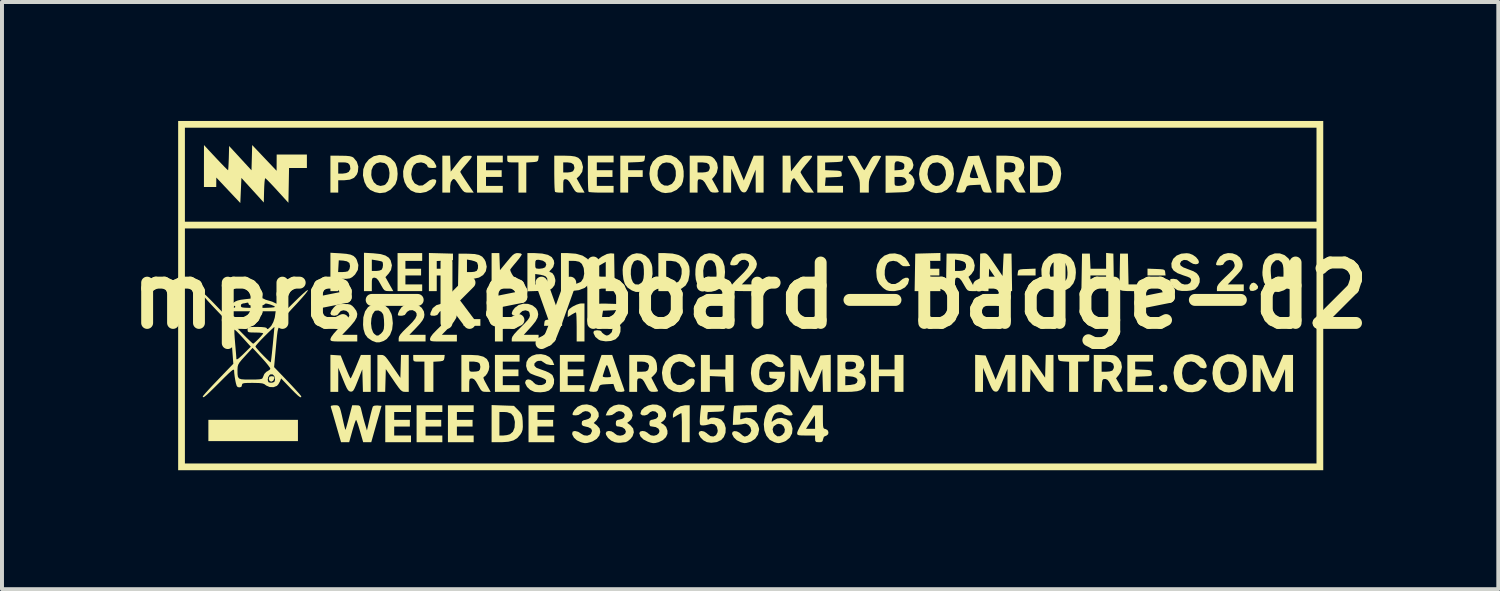
<source format=kicad_pcb>
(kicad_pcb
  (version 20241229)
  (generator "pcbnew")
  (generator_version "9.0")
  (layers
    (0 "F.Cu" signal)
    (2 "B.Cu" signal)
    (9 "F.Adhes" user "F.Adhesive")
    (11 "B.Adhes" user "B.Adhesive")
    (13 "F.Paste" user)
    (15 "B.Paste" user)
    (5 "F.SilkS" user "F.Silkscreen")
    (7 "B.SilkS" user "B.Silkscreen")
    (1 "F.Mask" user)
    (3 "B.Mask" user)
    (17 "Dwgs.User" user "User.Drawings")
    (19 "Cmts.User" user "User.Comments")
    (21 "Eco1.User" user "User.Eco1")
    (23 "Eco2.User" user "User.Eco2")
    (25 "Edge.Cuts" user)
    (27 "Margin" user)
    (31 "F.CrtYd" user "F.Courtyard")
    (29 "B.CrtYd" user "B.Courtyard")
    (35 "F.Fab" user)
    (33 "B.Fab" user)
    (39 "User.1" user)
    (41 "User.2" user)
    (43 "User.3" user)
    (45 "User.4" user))
  (footprint "mpre-keyboard-badge-d2"
    (layer "F.Cu")
    (at 15.864 4.403)
    (property "Reference" "mpre-keyboard-badge-d2" (at 0 0 0) (layer "F.SilkS") (effects (font (size 1.524 1.524) (thickness 0.3))))
    (attr board_only exclude_from_pos_files exclude_from_bom)
    (fp_poly (pts (xy -11.402 3.669) (xy -13.66 3.669) (xy -13.66 3.133) (xy -11.402 3.133)) (stroke (width 0) (type solid)) (fill yes) (layer "F.SilkS"))
    (fp_poly (pts (xy -6.802 0.762) (xy -7.225 0.762) (xy -7.225 0.593) (xy -6.802 0.593)) (stroke (width 0) (type solid)) (fill yes) (layer "F.SilkS"))
    (fp_poly (pts (xy -4.741 0.762) (xy -5.197 0.762) (xy -5.188 0.684) (xy -5.181 0.645) (xy -5.163 0.622) (xy -5.122 0.609) (xy -5.047 0.602) (xy -4.96 0.599) (xy -4.741 0.59)) (stroke (width 0) (type solid)) (fill yes) (layer "F.SilkS"))
    (fp_poly (pts (xy 7.197 -0.508) (xy 6.741 -0.508) (xy 6.75 -0.586) (xy 6.757 -0.625) (xy 6.775 -0.648) (xy 6.816 -0.661) (xy 6.891 -0.668) (xy 6.978 -0.671) (xy 7.197 -0.68)) (stroke (width 0) (type solid)) (fill yes) (layer "F.SilkS"))
    (fp_poly (pts (xy 10.238 -0.671) (xy 10.348 -0.666) (xy 10.413 -0.659) (xy 10.447 -0.644) (xy 10.461 -0.616) (xy 10.465 -0.586) (xy 10.474 -0.508) (xy 10.019 -0.508) (xy 10.019 -0.68)) (stroke (width 0) (type solid)) (fill yes) (layer "F.SilkS"))
    (fp_poly (pts (xy -12.01 2.041) (xy -11.998 2.078) (xy -12 2.095) (xy -12.026 2.148) (xy -12.073 2.171) (xy -12.116 2.155) (xy -12.133 2.113) (xy -12.136 2.084) (xy -12.117 2.043) (xy -12.063 2.032)) (stroke (width 0) (type solid)) (fill yes) (layer "F.SilkS"))
    (fp_poly (pts (xy -7.796 -1.066) (xy -7.493 -1.058) (xy -7.493 -0.889) (xy -7.902 -0.872) (xy -7.902 -0.677) (xy -7.535 -0.677) (xy -7.535 -0.508) (xy -7.902 -0.508) (xy -7.902 -0.113) (xy -8.1 -0.113) (xy -8.1 -1.074)) (stroke (width 0) (type solid)) (fill yes) (layer "F.SilkS"))
    (fp_poly (pts (xy -8.551 2.935) (xy -8.975 2.935) (xy -8.975 3.133) (xy -8.58 3.133) (xy -8.58 3.302) (xy -8.975 3.302) (xy -8.975 3.528) (xy -8.551 3.528) (xy -8.551 3.697) (xy -9.2 3.697) (xy -9.2 2.766) (xy -8.551 2.766)) (stroke (width 0) (type solid)) (fill yes) (layer "F.SilkS"))
    (fp_poly (pts (xy -8.269 -0.875) (xy -8.692 -0.875) (xy -8.692 -0.677) (xy -8.297 -0.677) (xy -8.297 -0.508) (xy -8.692 -0.508) (xy -8.692 -0.282) (xy -8.269 -0.282) (xy -8.269 -0.113) (xy -8.89 -0.113) (xy -8.89 -1.072) (xy -8.269 -1.072)) (stroke (width 0) (type solid)) (fill yes) (layer "F.SilkS"))
    (fp_poly (pts (xy -7.761 2.935) (xy -8.184 2.935) (xy -8.184 3.133) (xy -7.789 3.133) (xy -7.789 3.302) (xy -8.184 3.302) (xy -8.184 3.528) (xy -7.761 3.528) (xy -7.761 3.697) (xy -8.41 3.697) (xy -8.41 2.766) (xy -7.761 2.766)) (stroke (width 0) (type solid)) (fill yes) (layer "F.SilkS"))
    (fp_poly (pts (xy -6.971 2.935) (xy -7.394 2.935) (xy -7.394 3.133) (xy -6.999 3.133) (xy -6.999 3.302) (xy -7.394 3.302) (xy -7.394 3.528) (xy -6.971 3.528) (xy -6.971 3.697) (xy -7.62 3.697) (xy -7.62 2.766) (xy -6.971 2.766)) (stroke (width 0) (type solid)) (fill yes) (layer "F.SilkS"))
    (fp_poly (pts (xy -6.237 -3.358) (xy -6.66 -3.358) (xy -6.66 -3.161) (xy -6.265 -3.161) (xy -6.265 -2.992) (xy -6.66 -2.992) (xy -6.66 -2.766) (xy -6.237 -2.766) (xy -6.237 -2.596) (xy -6.886 -2.596) (xy -6.886 -3.528) (xy -6.237 -3.528)) (stroke (width 0) (type solid)) (fill yes) (layer "F.SilkS"))
    (fp_poly (pts (xy -5.814 1.665) (xy -6.237 1.665) (xy -6.237 1.863) (xy -5.842 1.863) (xy -5.842 2.032) (xy -6.237 2.032) (xy -6.237 2.258) (xy -5.814 2.258) (xy -5.814 2.427) (xy -6.435 2.427) (xy -6.435 1.496) (xy -5.814 1.496)) (stroke (width 0) (type solid)) (fill yes) (layer "F.SilkS"))
    (fp_poly (pts (xy -4.939 2.935) (xy -5.362 2.935) (xy -5.362 3.133) (xy -4.967 3.133) (xy -4.967 3.302) (xy -5.362 3.302) (xy -5.362 3.528) (xy -4.939 3.528) (xy -4.939 3.697) (xy -5.588 3.697) (xy -5.588 2.766) (xy -4.939 2.766)) (stroke (width 0) (type solid)) (fill yes) (layer "F.SilkS"))
    (fp_poly (pts (xy -4.177 1.665) (xy -4.6 1.665) (xy -4.6 1.863) (xy -4.205 1.863) (xy -4.205 2.032) (xy -4.6 2.032) (xy -4.6 2.258) (xy -4.177 2.258) (xy -4.177 2.427) (xy -4.798 2.427) (xy -4.798 1.496) (xy -4.177 1.496)) (stroke (width 0) (type solid)) (fill yes) (layer "F.SilkS"))
    (fp_poly (pts (xy -1.016 1.863) (xy -0.621 1.863) (xy -0.621 1.496) (xy -0.423 1.496) (xy -0.423 2.427) (xy -0.618 2.427) (xy -0.635 2.046) (xy -1.016 2.029) (xy -1.016 2.427) (xy -1.242 2.427) (xy -1.242 1.496) (xy -1.016 1.496)) (stroke (width 0) (type solid)) (fill yes) (layer "F.SilkS"))
    (fp_poly (pts (xy 3.246 1.863) (xy 3.641 1.863) (xy 3.641 1.496) (xy 3.866 1.496) (xy 3.866 2.427) (xy 3.641 2.427) (xy 3.641 2.032) (xy 3.246 2.032) (xy 3.246 2.427) (xy 3.048 2.427) (xy 3.048 1.496) (xy 3.246 1.496)) (stroke (width 0) (type solid)) (fill yes) (layer "F.SilkS"))
    (fp_poly (pts (xy 4.798 -0.875) (xy 4.374 -0.875) (xy 4.374 -0.677) (xy 4.77 -0.677) (xy 4.77 -0.508) (xy 4.374 -0.508) (xy 4.374 -0.282) (xy 4.798 -0.282) (xy 4.798 -0.113) (xy 4.147 -0.113) (xy 4.163 -1.058) (xy 4.798 -1.074)) (stroke (width 0) (type solid)) (fill yes) (layer "F.SilkS"))
    (fp_poly (pts (xy 9.158 -1.058) (xy 9.174 -0.113) (xy 8.975 -0.113) (xy 8.975 -0.508) (xy 8.58 -0.508) (xy 8.58 -0.113) (xy 8.352 -0.113) (xy 8.368 -1.058) (xy 8.565 -1.058) (xy 8.582 -0.677) (xy 8.975 -0.677) (xy 8.975 -1.076)) (stroke (width 0) (type solid)) (fill yes) (layer "F.SilkS"))
    (fp_poly (pts (xy 10.492 2.253) (xy 10.517 2.293) (xy 10.522 2.319) (xy 10.51 2.394) (xy 10.465 2.433) (xy 10.399 2.428) (xy 10.353 2.4) (xy 10.309 2.354) (xy 10.309 2.313) (xy 10.318 2.295) (xy 10.372 2.254) (xy 10.431 2.244)) (stroke (width 0) (type solid)) (fill yes) (layer "F.SilkS"))
    (fp_poly (pts (xy 12.745 -0.305) (xy 12.767 -0.285) (xy 12.806 -0.233) (xy 12.802 -0.188) (xy 12.796 -0.176) (xy 12.748 -0.138) (xy 12.681 -0.117) (xy 12.622 -0.121) (xy 12.607 -0.13) (xy 12.586 -0.186) (xy 12.599 -0.254) (xy 12.639 -0.307) (xy 12.647 -0.312) (xy 12.698 -0.328)) (stroke (width 0) (type solid)) (fill yes) (layer "F.SilkS"))
    (fp_poly (pts (xy -2.658 -3.45) (xy -2.665 -3.41) (xy -2.684 -3.386) (xy -2.727 -3.374) (xy -2.807 -3.367) (xy -2.872 -3.364) (xy -3.076 -3.356) (xy -3.076 -3.161) (xy -2.709 -3.161) (xy -2.709 -2.992) (xy -3.076 -2.992) (xy -3.076 -2.596) (xy -3.274 -2.596) (xy -3.274 -3.528) (xy -2.649 -3.528)) (stroke (width 0) (type solid)) (fill yes) (layer "F.SilkS"))
    (fp_poly (pts (xy -7.71 1.573) (xy -7.721 1.621) (xy -7.749 1.645) (xy -7.812 1.657) (xy -7.853 1.66) (xy -7.987 1.668) (xy -7.987 2.427) (xy -8.213 2.427) (xy -8.213 1.665) (xy -8.354 1.665) (xy -8.437 1.663) (xy -8.479 1.652) (xy -8.493 1.622) (xy -8.495 1.58) (xy -8.495 1.496) (xy -7.701 1.496)) (stroke (width 0) (type solid)) (fill yes) (layer "F.SilkS"))
    (fp_poly (pts (xy -5.339 -3.45) (xy -5.349 -3.405) (xy -5.375 -3.38) (xy -5.432 -3.369) (xy -5.496 -3.364) (xy -5.644 -3.355) (xy -5.644 -2.596) (xy -5.842 -2.596) (xy -5.842 -3.358) (xy -5.983 -3.358) (xy -6.067 -3.36) (xy -6.108 -3.372) (xy -6.123 -3.401) (xy -6.124 -3.443) (xy -6.124 -3.528) (xy -5.33 -3.528)) (stroke (width 0) (type solid)) (fill yes) (layer "F.SilkS"))
    (fp_poly (pts (xy 8.551 1.58) (xy 8.548 1.631) (xy 8.529 1.656) (xy 8.48 1.664) (xy 8.41 1.665) (xy 8.269 1.665) (xy 8.269 2.427) (xy 8.043 2.427) (xy 8.043 1.668) (xy 7.909 1.66) (xy 7.828 1.651) (xy 7.786 1.634) (xy 7.77 1.597) (xy 7.766 1.573) (xy 7.757 1.496) (xy 8.551 1.496)) (stroke (width 0) (type solid)) (fill yes) (layer "F.SilkS"))
    (fp_poly (pts (xy 9.533 -0.67) (xy 9.541 -0.282) (xy 9.934 -0.282) (xy 9.934 -0.113) (xy 9.637 -0.113) (xy 9.491 -0.115) (xy 9.395 -0.122) (xy 9.342 -0.135) (xy 9.326 -0.149) (xy 9.321 -0.189) (xy 9.319 -0.275) (xy 9.318 -0.395) (xy 9.318 -0.54) (xy 9.32 -0.622) (xy 9.327 -1.058) (xy 9.525 -1.058)) (stroke (width 0) (type solid)) (fill yes) (layer "F.SilkS"))
    (fp_poly (pts (xy -3.514 -1.066) (xy -3.429 -1.058) (xy -3.414 -0.113) (xy -3.641 -0.113) (xy -3.641 -0.852) (xy -3.741 -0.793) (xy -3.806 -0.756) (xy -3.848 -0.735) (xy -3.854 -0.734) (xy -3.863 -0.758) (xy -3.866 -0.818) (xy -3.866 -0.818) (xy -3.858 -0.874) (xy -3.824 -0.921) (xy -3.754 -0.974) (xy -3.732 -0.988) (xy -3.612 -1.049) (xy -3.515 -1.066)) (stroke (width 0) (type solid)) (fill yes) (layer "F.SilkS"))
    (fp_poly (pts (xy 14.45 4.403) (xy -14.422 4.403) (xy -14.422 4.233) (xy -14.252 4.233) (xy 14.28 4.233) (xy 14.28 -1.693) (xy -14.252 -1.693) (xy -14.252 4.233) (xy -14.422 4.233) (xy -14.422 -1.863) (xy -14.252 -1.863) (xy 14.28 -1.863) (xy 14.28 -4.233) (xy -14.252 -4.233) (xy -14.252 -1.863) (xy -14.422 -1.863) (xy -14.422 -4.403) (xy 14.45 -4.403)) (stroke (width 0) (type solid)) (fill yes) (layer "F.SilkS"))
    (fp_poly (pts (xy -1.524 3.697) (xy -1.722 3.697) (xy -1.722 3.33) (xy -1.722 3.194) (xy -1.725 3.08) (xy -1.729 3) (xy -1.733 2.964) (xy -1.734 2.963) (xy -1.764 2.976) (xy -1.823 3.009) (xy -1.847 3.023) (xy -1.947 3.082) (xy -1.947 2.995) (xy -1.921 2.914) (xy -1.853 2.843) (xy -1.757 2.79) (xy -1.646 2.766) (xy -1.63 2.766) (xy -1.524 2.766)) (stroke (width 0) (type solid)) (fill yes) (layer "F.SilkS"))
    (fp_poly (pts (xy -4.177 1.157) (xy -4.374 1.157) (xy -4.374 0.79) (xy -4.376 0.654) (xy -4.379 0.54) (xy -4.384 0.46) (xy -4.391 0.424) (xy -4.392 0.423) (xy -4.426 0.437) (xy -4.486 0.471) (xy -4.505 0.482) (xy -4.6 0.541) (xy -4.599 0.447) (xy -4.592 0.386) (xy -4.562 0.34) (xy -4.497 0.292) (xy -4.471 0.275) (xy -4.38 0.23) (xy -4.294 0.202) (xy -4.26 0.198) (xy -4.177 0.198)) (stroke (width 0) (type solid)) (fill yes) (layer "F.SilkS"))
    (fp_poly (pts (xy -3.443 -3.358) (xy -3.866 -3.358) (xy -3.866 -3.161) (xy -3.471 -3.161) (xy -3.471 -2.992) (xy -3.866 -2.992) (xy -3.866 -2.766) (xy -3.443 -2.766) (xy -3.443 -2.596) (xy -3.749 -2.596) (xy -3.875 -2.598) (xy -3.98 -2.603) (xy -4.05 -2.609) (xy -4.073 -2.615) (xy -4.08 -2.649) (xy -4.085 -2.728) (xy -4.089 -2.844) (xy -4.092 -2.987) (xy -4.092 -3.081) (xy -4.092 -3.528) (xy -3.443 -3.528)) (stroke (width 0) (type solid)) (fill yes) (layer "F.SilkS"))
    (fp_poly (pts (xy 10.16 1.665) (xy 9.708 1.665) (xy 9.708 1.86) (xy 9.913 1.868) (xy 10.019 1.874) (xy 10.08 1.882) (xy 10.111 1.899) (xy 10.123 1.93) (xy 10.126 1.953) (xy 10.129 1.992) (xy 10.117 2.016) (xy 10.08 2.028) (xy 10.006 2.034) (xy 9.929 2.038) (xy 9.723 2.046) (xy 9.714 2.152) (xy 9.705 2.258) (xy 10.16 2.258) (xy 10.16 2.427) (xy 9.511 2.427) (xy 9.511 1.496) (xy 10.16 1.496)) (stroke (width 0) (type solid)) (fill yes) (layer "F.SilkS"))
    (fp_poly (pts (xy -6.237 1.157) (xy -6.435 1.157) (xy -6.435 0.79) (xy -6.436 0.654) (xy -6.44 0.54) (xy -6.447 0.461) (xy -6.454 0.425) (xy -6.456 0.424) (xy -6.491 0.44) (xy -6.546 0.479) (xy -6.548 0.48) (xy -6.613 0.525) (xy -6.647 0.527) (xy -6.659 0.485) (xy -6.66 0.451) (xy -6.652 0.394) (xy -6.619 0.347) (xy -6.548 0.295) (xy -6.528 0.282) (xy -6.438 0.234) (xy -6.354 0.203) (xy -6.316 0.198) (xy -6.237 0.198)) (stroke (width 0) (type solid)) (fill yes) (layer "F.SilkS"))
    (fp_poly (pts (xy -9.265 1.499) (xy -9.229 1.514) (xy -9.189 1.549) (xy -9.138 1.612) (xy -9.069 1.709) (xy -9.017 1.785) (xy -8.819 2.074) (xy -8.811 1.785) (xy -8.803 1.496) (xy -8.608 1.496) (xy -8.608 2.427) (xy -8.701 2.427) (xy -8.743 2.424) (xy -8.779 2.409) (xy -8.819 2.375) (xy -8.869 2.313) (xy -8.938 2.217) (xy -8.99 2.14) (xy -9.186 1.853) (xy -9.194 2.14) (xy -9.202 2.427) (xy -9.398 2.427) (xy -9.398 1.496) (xy -9.306 1.496)) (stroke (width 0) (type solid)) (fill yes) (layer "F.SilkS"))
    (fp_poly (pts (xy -0.414 -3.514) (xy -0.287 -3.208) (xy -0.16 -2.902) (xy 0.091 -3.528) (xy 0.339 -3.528) (xy 0.339 -2.596) (xy 0.141 -2.596) (xy 0.138 -3.175) (xy 0.021 -2.884) (xy -0.03 -2.757) (xy -0.068 -2.674) (xy -0.098 -2.626) (xy -0.125 -2.605) (xy -0.155 -2.601) (xy -0.166 -2.602) (xy -0.2 -2.612) (xy -0.231 -2.639) (xy -0.264 -2.693) (xy -0.305 -2.781) (xy -0.357 -2.907) (xy -0.477 -3.203) (xy -0.48 -2.596) (xy -0.677 -2.596) (xy -0.677 -3.531)) (stroke (width 0) (type solid)) (fill yes) (layer "F.SilkS"))
    (fp_poly (pts (xy 6.993 1.499) (xy 7.03 1.514) (xy 7.069 1.548) (xy 7.119 1.61) (xy 7.188 1.706) (xy 7.241 1.783) (xy 7.437 2.07) (xy 7.445 1.783) (xy 7.453 1.496) (xy 7.648 1.496) (xy 7.648 2.427) (xy 7.556 2.427) (xy 7.516 2.423) (xy 7.479 2.407) (xy 7.439 2.371) (xy 7.387 2.308) (xy 7.317 2.21) (xy 7.267 2.137) (xy 7.07 1.849) (xy 7.062 2.138) (xy 7.054 2.427) (xy 6.858 2.427) (xy 6.858 1.496) (xy 6.951 1.496)) (stroke (width 0) (type solid)) (fill yes) (layer "F.SilkS"))
    (fp_poly (pts (xy 2.337 -3.45) (xy 2.33 -3.411) (xy 2.313 -3.387) (xy 2.272 -3.375) (xy 2.196 -3.368) (xy 2.11 -3.364) (xy 1.891 -3.356) (xy 1.891 -3.163) (xy 2.095 -3.155) (xy 2.201 -3.15) (xy 2.263 -3.141) (xy 2.294 -3.124) (xy 2.306 -3.094) (xy 2.309 -3.07) (xy 2.311 -3.031) (xy 2.3 -3.008) (xy 2.263 -2.995) (xy 2.188 -2.989) (xy 2.111 -2.986) (xy 1.905 -2.977) (xy 1.887 -2.766) (xy 2.342 -2.766) (xy 2.342 -2.596) (xy 1.693 -2.596) (xy 1.693 -3.528) (xy 2.346 -3.528)) (stroke (width 0) (type solid)) (fill yes) (layer "F.SilkS"))
    (fp_poly (pts (xy 5.936 1.51) (xy 6.063 1.816) (xy 6.19 2.122) (xy 6.441 1.496) (xy 6.689 1.496) (xy 6.689 2.427) (xy 6.491 2.427) (xy 6.49 2.138) (xy 6.488 1.849) (xy 6.371 2.139) (xy 6.32 2.266) (xy 6.282 2.349) (xy 6.252 2.397) (xy 6.225 2.419) (xy 6.195 2.422) (xy 6.184 2.421) (xy 6.15 2.411) (xy 6.119 2.384) (xy 6.086 2.331) (xy 6.045 2.242) (xy 5.993 2.117) (xy 5.873 1.82) (xy 5.872 2.124) (xy 5.87 2.427) (xy 5.673 2.427) (xy 5.673 1.493)) (stroke (width 0) (type solid)) (fill yes) (layer "F.SilkS"))
    (fp_poly (pts (xy 5.957 -1.055) (xy 5.995 -1.023) (xy 6.043 -0.964) (xy 6.11 -0.869) (xy 6.168 -0.785) (xy 6.364 -0.494) (xy 6.392 -1.058) (xy 6.59 -1.058) (xy 6.605 -0.113) (xy 6.51 -0.113) (xy 6.468 -0.116) (xy 6.431 -0.13) (xy 6.392 -0.163) (xy 6.342 -0.224) (xy 6.275 -0.318) (xy 6.22 -0.398) (xy 6.025 -0.683) (xy 6.009 -0.113) (xy 5.911 -0.113) (xy 5.841 -0.122) (xy 5.8 -0.146) (xy 5.798 -0.149) (xy 5.794 -0.189) (xy 5.791 -0.275) (xy 5.79 -0.395) (xy 5.791 -0.54) (xy 5.792 -0.622) (xy 5.8 -1.058) (xy 5.885 -1.067) (xy 5.923 -1.067)) (stroke (width 0) (type solid)) (fill yes) (layer "F.SilkS"))
    (fp_poly (pts (xy -10.322 -3.527) (xy -10.187 -3.524) (xy -10.095 -3.515) (xy -10.035 -3.498) (xy -10.001 -3.478) (xy -9.917 -3.376) (xy -9.879 -3.253) (xy -9.891 -3.121) (xy -9.918 -3.052) (xy -9.987 -2.97) (xy -10.093 -2.923) (xy -10.243 -2.907) (xy -10.246 -2.907) (xy -10.386 -2.907) (xy -10.386 -2.596) (xy -10.583 -2.596) (xy -10.583 -3.076) (xy -10.386 -3.076) (xy -10.275 -3.076) (xy -10.188 -3.088) (xy -10.124 -3.117) (xy -10.12 -3.121) (xy -10.079 -3.191) (xy -10.09 -3.274) (xy -10.105 -3.304) (xy -10.141 -3.341) (xy -10.207 -3.357) (xy -10.26 -3.358) (xy -10.386 -3.358) (xy -10.386 -3.076) (xy -10.583 -3.076) (xy -10.583 -3.528)) (stroke (width 0) (type solid)) (fill yes) (layer "F.SilkS"))
    (fp_poly (pts (xy -7.107 -1.056) (xy -6.949 -1.048) (xy -6.835 -1.024) (xy -6.755 -0.981) (xy -6.698 -0.911) (xy -6.669 -0.853) (xy -6.642 -0.727) (xy -6.665 -0.613) (xy -6.732 -0.519) (xy -6.837 -0.454) (xy -6.975 -0.424) (xy -7.006 -0.423) (xy -7.14 -0.423) (xy -7.14 -0.113) (xy -7.367 -0.113) (xy -7.354 -0.909) (xy -7.14 -0.909) (xy -7.14 -0.593) (xy -7.033 -0.593) (xy -6.954 -0.601) (xy -6.898 -0.622) (xy -6.892 -0.627) (xy -6.864 -0.685) (xy -6.861 -0.762) (xy -6.881 -0.826) (xy -6.893 -0.841) (xy -6.943 -0.865) (xy -7.02 -0.887) (xy -7.034 -0.89) (xy -7.14 -0.909) (xy -7.354 -0.909) (xy -7.352 -1.058)) (stroke (width 0) (type solid)) (fill yes) (layer "F.SilkS"))
    (fp_poly (pts (xy -4.607 -1.072) (xy -4.394 -1.056) (xy -4.226 -1.008) (xy -4.103 -0.928) (xy -4.023 -0.814) (xy -3.984 -0.664) (xy -3.979 -0.578) (xy -4 -0.415) (xy -4.064 -0.287) (xy -4.17 -0.195) (xy -4.32 -0.137) (xy -4.515 -0.114) (xy -4.551 -0.114) (xy -4.77 -0.113) (xy -4.77 -0.275) (xy -4.572 -0.275) (xy -4.444 -0.289) (xy -4.353 -0.309) (xy -4.278 -0.341) (xy -4.261 -0.353) (xy -4.207 -0.436) (xy -4.184 -0.55) (xy -4.194 -0.676) (xy -4.202 -0.708) (xy -4.244 -0.8) (xy -4.31 -0.853) (xy -4.41 -0.874) (xy -4.457 -0.875) (xy -4.572 -0.875) (xy -4.572 -0.275) (xy -4.77 -0.275) (xy -4.77 -1.072)) (stroke (width 0) (type solid)) (fill yes) (layer "F.SilkS"))
    (fp_poly (pts (xy -10.335 -1.066) (xy -10.182 -1.053) (xy -10.075 -1.033) (xy -10.001 -1) (xy -9.949 -0.951) (xy -9.92 -0.904) (xy -9.878 -0.771) (xy -9.891 -0.648) (xy -9.959 -0.535) (xy -9.974 -0.519) (xy -10.037 -0.463) (xy -10.094 -0.434) (xy -10.171 -0.424) (xy -10.228 -0.423) (xy -10.386 -0.423) (xy -10.386 -0.113) (xy -10.583 -0.113) (xy -10.583 -0.593) (xy -10.389 -0.593) (xy -10.281 -0.593) (xy -10.203 -0.599) (xy -10.147 -0.612) (xy -10.141 -0.615) (xy -10.102 -0.668) (xy -10.088 -0.745) (xy -10.103 -0.815) (xy -10.109 -0.826) (xy -10.167 -0.864) (xy -10.259 -0.882) (xy -10.372 -0.889) (xy -10.389 -0.593) (xy -10.583 -0.593) (xy -10.583 -1.08)) (stroke (width 0) (type solid)) (fill yes) (layer "F.SilkS"))
    (fp_poly (pts (xy -10.324 1.51) (xy -10.207 1.799) (xy -10.158 1.915) (xy -10.117 2.009) (xy -10.087 2.07) (xy -10.074 2.088) (xy -10.058 2.064) (xy -10.026 1.997) (xy -9.982 1.9) (xy -9.937 1.792) (xy -9.815 1.496) (xy -9.567 1.496) (xy -9.567 2.427) (xy -9.763 2.427) (xy -9.771 2.143) (xy -9.779 1.859) (xy -9.892 2.144) (xy -9.943 2.27) (xy -9.98 2.351) (xy -10.009 2.398) (xy -10.036 2.418) (xy -10.067 2.422) (xy -10.075 2.421) (xy -10.109 2.411) (xy -10.139 2.384) (xy -10.172 2.331) (xy -10.213 2.242) (xy -10.265 2.117) (xy -10.385 1.82) (xy -10.385 2.124) (xy -10.386 2.427) (xy -10.583 2.427) (xy -10.583 1.493)) (stroke (width 0) (type solid)) (fill yes) (layer "F.SilkS"))
    (fp_poly (pts (xy -1.957 -1.06) (xy -1.799 -1.022) (xy -1.682 -0.956) (xy -1.638 -0.915) (xy -1.571 -0.823) (xy -1.535 -0.731) (xy -1.525 -0.618) (xy -1.53 -0.525) (xy -1.56 -0.372) (xy -1.626 -0.256) (xy -1.731 -0.176) (xy -1.877 -0.129) (xy -2.069 -0.113) (xy -2.086 -0.113) (xy -2.314 -0.113) (xy -2.314 -0.275) (xy -2.117 -0.275) (xy -1.987 -0.29) (xy -1.889 -0.311) (xy -1.815 -0.348) (xy -1.802 -0.358) (xy -1.755 -0.437) (xy -1.728 -0.545) (xy -1.727 -0.656) (xy -1.733 -0.691) (xy -1.783 -0.794) (xy -1.869 -0.855) (xy -1.99 -0.875) (xy -2.117 -0.875) (xy -2.117 -0.275) (xy -2.314 -0.275) (xy -2.314 -1.072) (xy -2.16 -1.072)) (stroke (width 0) (type solid)) (fill yes) (layer "F.SilkS"))
    (fp_poly (pts (xy 12.938 1.51) (xy 13.052 1.799) (xy 13.099 1.915) (xy 13.14 2.009) (xy 13.169 2.07) (xy 13.182 2.088) (xy 13.198 2.064) (xy 13.231 1.997) (xy 13.275 1.899) (xy 13.32 1.792) (xy 13.441 1.496) (xy 13.688 1.496) (xy 13.688 2.427) (xy 13.49 2.427) (xy 13.489 2.138) (xy 13.487 1.849) (xy 13.371 2.139) (xy 13.319 2.266) (xy 13.281 2.349) (xy 13.251 2.397) (xy 13.224 2.419) (xy 13.194 2.422) (xy 13.183 2.421) (xy 13.149 2.411) (xy 13.119 2.384) (xy 13.085 2.331) (xy 13.044 2.242) (xy 12.992 2.117) (xy 12.872 1.82) (xy 12.871 2.124) (xy 12.869 2.427) (xy 12.672 2.427) (xy 12.672 1.493)) (stroke (width 0) (type solid)) (fill yes) (layer "F.SilkS"))
    (fp_poly (pts (xy 7.434 -3.526) (xy 7.522 -3.517) (xy 7.586 -3.499) (xy 7.643 -3.469) (xy 7.651 -3.464) (xy 7.757 -3.361) (xy 7.822 -3.228) (xy 7.844 -3.075) (xy 7.822 -2.915) (xy 7.791 -2.831) (xy 7.724 -2.727) (xy 7.63 -2.656) (xy 7.5 -2.613) (xy 7.327 -2.597) (xy 7.282 -2.596) (xy 7.056 -2.596) (xy 7.056 -2.766) (xy 7.253 -2.766) (xy 7.336 -2.766) (xy 7.426 -2.776) (xy 7.493 -2.794) (xy 7.565 -2.849) (xy 7.616 -2.942) (xy 7.638 -3.055) (xy 7.634 -3.136) (xy 7.59 -3.25) (xy 7.506 -3.325) (xy 7.389 -3.358) (xy 7.362 -3.358) (xy 7.253 -3.358) (xy 7.253 -2.766) (xy 7.056 -2.766) (xy 7.056 -3.528) (xy 7.305 -3.528)) (stroke (width 0) (type solid)) (fill yes) (layer "F.SilkS"))
    (fp_poly (pts (xy -6.238 2.77) (xy -5.956 2.78) (xy -5.85 2.886) (xy -5.795 2.945) (xy -5.762 2.997) (xy -5.745 3.061) (xy -5.736 3.156) (xy -5.734 3.196) (xy -5.731 3.31) (xy -5.739 3.387) (xy -5.76 3.448) (xy -5.791 3.5) (xy -5.87 3.591) (xy -5.967 3.651) (xy -6.095 3.685) (xy -6.264 3.697) (xy -6.287 3.697) (xy -6.519 3.697) (xy -6.519 3.528) (xy -6.322 3.528) (xy -6.224 3.528) (xy -6.134 3.518) (xy -6.057 3.496) (xy -5.982 3.432) (xy -5.94 3.328) (xy -5.932 3.192) (xy -5.934 3.169) (xy -5.965 3.049) (xy -6.027 2.975) (xy -6.128 2.94) (xy -6.198 2.935) (xy -6.322 2.935) (xy -6.322 3.528) (xy -6.519 3.528) (xy -6.519 2.76)) (stroke (width 0) (type solid)) (fill yes) (layer "F.SilkS"))
    (fp_poly (pts (xy 2.032 2.427) (xy 1.836 2.427) (xy 1.828 2.138) (xy 1.82 1.849) (xy 1.707 2.138) (xy 1.656 2.266) (xy 1.619 2.349) (xy 1.589 2.398) (xy 1.56 2.421) (xy 1.528 2.427) (xy 1.524 2.427) (xy 1.491 2.422) (xy 1.462 2.401) (xy 1.433 2.356) (xy 1.396 2.276) (xy 1.346 2.153) (xy 1.341 2.138) (xy 1.228 1.849) (xy 1.22 2.138) (xy 1.212 2.427) (xy 1.016 2.427) (xy 1.016 1.493) (xy 1.147 1.501) (xy 1.277 1.51) (xy 1.391 1.799) (xy 1.438 1.916) (xy 1.479 2.01) (xy 1.509 2.071) (xy 1.522 2.088) (xy 1.538 2.064) (xy 1.571 1.997) (xy 1.614 1.9) (xy 1.656 1.799) (xy 1.773 1.51) (xy 1.902 1.501) (xy 2.032 1.493)) (stroke (width 0) (type solid)) (fill yes) (layer "F.SilkS"))
    (fp_poly (pts (xy -5.6 0.209) (xy -5.489 0.247) (xy -5.4 0.318) (xy -5.36 0.386) (xy -5.343 0.469) (xy -5.358 0.553) (xy -5.41 0.649) (xy -5.503 0.765) (xy -5.536 0.802) (xy -5.706 0.988) (xy -5.334 0.988) (xy -5.334 1.157) (xy -6.011 1.157) (xy -6.011 1.087) (xy -5.997 1.039) (xy -5.949 0.971) (xy -5.864 0.878) (xy -5.782 0.797) (xy -5.676 0.691) (xy -5.607 0.614) (xy -5.568 0.556) (xy -5.553 0.508) (xy -5.553 0.496) (xy -5.565 0.429) (xy -5.592 0.392) (xy -5.665 0.371) (xy -5.742 0.389) (xy -5.796 0.438) (xy -5.799 0.445) (xy -5.839 0.493) (xy -5.911 0.508) (xy -5.919 0.508) (xy -5.989 0.493) (xy -6.012 0.449) (xy -5.988 0.38) (xy -5.932 0.307) (xy -5.837 0.237) (xy -5.721 0.205)) (stroke (width 0) (type solid)) (fill yes) (layer "F.SilkS"))
    (fp_poly (pts (xy -8.471 0.207) (xy -8.366 0.244) (xy -8.281 0.308) (xy -8.226 0.399) (xy -8.213 0.483) (xy -8.223 0.549) (xy -8.258 0.62) (xy -8.324 0.707) (xy -8.428 0.82) (xy -8.434 0.826) (xy -8.592 0.988) (xy -8.184 0.988) (xy -8.184 1.157) (xy -8.862 1.157) (xy -8.862 1.079) (xy -8.853 1.034) (xy -8.82 0.98) (xy -8.757 0.908) (xy -8.658 0.81) (xy -8.636 0.79) (xy -8.518 0.671) (xy -8.443 0.579) (xy -8.409 0.506) (xy -8.412 0.446) (xy -8.444 0.401) (xy -8.512 0.367) (xy -8.59 0.372) (xy -8.653 0.412) (xy -8.669 0.437) (xy -8.708 0.489) (xy -8.773 0.507) (xy -8.796 0.508) (xy -8.859 0.506) (xy -8.884 0.491) (xy -8.877 0.449) (xy -8.85 0.382) (xy -8.785 0.287) (xy -8.692 0.227) (xy -8.584 0.201)) (stroke (width 0) (type solid)) (fill yes) (layer "F.SilkS"))
    (fp_poly (pts (xy -7.549 -3.125) (xy -7.394 -3.325) (xy -7.319 -3.421) (xy -7.265 -3.48) (xy -7.221 -3.511) (xy -7.175 -3.524) (xy -7.117 -3.527) (xy -7.056 -3.526) (xy -7.023 -3.518) (xy -7.02 -3.494) (xy -7.049 -3.447) (xy -7.111 -3.371) (xy -7.173 -3.298) (xy -7.239 -3.219) (xy -7.288 -3.156) (xy -7.309 -3.122) (xy -7.31 -3.121) (xy -7.295 -3.091) (xy -7.255 -3.025) (xy -7.196 -2.934) (xy -7.139 -2.849) (xy -6.969 -2.596) (xy -7.094 -2.596) (xy -7.158 -2.599) (xy -7.203 -2.611) (xy -7.243 -2.645) (xy -7.291 -2.709) (xy -7.338 -2.781) (xy -7.399 -2.872) (xy -7.439 -2.923) (xy -7.467 -2.941) (xy -7.493 -2.933) (xy -7.511 -2.917) (xy -7.548 -2.858) (xy -7.563 -2.763) (xy -7.564 -2.733) (xy -7.564 -2.596) (xy -7.761 -2.596) (xy -7.761 -3.528) (xy -7.566 -3.528)) (stroke (width 0) (type solid)) (fill yes) (layer "F.SilkS"))
    (fp_poly (pts (xy 1.554 -3.524) (xy 1.562 -3.507) (xy 1.543 -3.471) (xy 1.493 -3.407) (xy 1.41 -3.309) (xy 1.39 -3.285) (xy 1.329 -3.207) (xy 1.286 -3.145) (xy 1.27 -3.113) (xy 1.285 -3.08) (xy 1.326 -3.011) (xy 1.387 -2.918) (xy 1.439 -2.841) (xy 1.609 -2.596) (xy 1.485 -2.596) (xy 1.421 -2.599) (xy 1.376 -2.612) (xy 1.336 -2.645) (xy 1.288 -2.71) (xy 1.242 -2.78) (xy 1.184 -2.867) (xy 1.137 -2.931) (xy 1.11 -2.962) (xy 1.108 -2.963) (xy 1.07 -2.938) (xy 1.039 -2.872) (xy 1.02 -2.781) (xy 1.017 -2.731) (xy 1.016 -2.596) (xy 0.818 -2.596) (xy 0.818 -3.528) (xy 1.014 -3.528) (xy 1.03 -3.131) (xy 1.185 -3.329) (xy 1.26 -3.424) (xy 1.313 -3.483) (xy 1.357 -3.513) (xy 1.403 -3.526) (xy 1.463 -3.528) (xy 1.52 -3.528)) (stroke (width 0) (type solid)) (fill yes) (layer "F.SilkS"))
    (fp_poly (pts (xy 5.933 -3.063) (xy 6.094 -2.596) (xy 5.984 -2.596) (xy 5.911 -2.602) (xy 5.871 -2.628) (xy 5.844 -2.69) (xy 5.842 -2.697) (xy 5.809 -2.797) (xy 5.636 -2.788) (xy 5.54 -2.782) (xy 5.486 -2.77) (xy 5.457 -2.745) (xy 5.44 -2.698) (xy 5.437 -2.688) (xy 5.413 -2.628) (xy 5.376 -2.602) (xy 5.304 -2.596) (xy 5.302 -2.596) (xy 5.233 -2.601) (xy 5.196 -2.613) (xy 5.194 -2.618) (xy 5.203 -2.65) (xy 5.227 -2.727) (xy 5.264 -2.838) (xy 5.31 -2.974) (xy 5.322 -3.007) (xy 5.538 -3.007) (xy 5.552 -2.975) (xy 5.594 -2.965) (xy 5.643 -2.963) (xy 5.754 -2.963) (xy 5.694 -3.139) (xy 5.635 -3.315) (xy 5.585 -3.174) (xy 5.55 -3.07) (xy 5.538 -3.007) (xy 5.322 -3.007) (xy 5.345 -3.076) (xy 5.496 -3.514) (xy 5.634 -3.522) (xy 5.772 -3.53)) (stroke (width 0) (type solid)) (fill yes) (layer "F.SilkS"))
    (fp_poly (pts (xy 12.161 -1.065) (xy 12.265 -1.027) (xy 12.35 -0.961) (xy 12.405 -0.867) (xy 12.418 -0.782) (xy 12.413 -0.725) (xy 12.396 -0.674) (xy 12.357 -0.616) (xy 12.289 -0.539) (xy 12.23 -0.477) (xy 12.042 -0.282) (xy 12.446 -0.282) (xy 12.446 -0.113) (xy 11.769 -0.113) (xy 11.769 -0.19) (xy 11.778 -0.236) (xy 11.811 -0.291) (xy 11.875 -0.363) (xy 11.974 -0.461) (xy 11.997 -0.482) (xy 12.099 -0.58) (xy 12.165 -0.65) (xy 12.201 -0.701) (xy 12.216 -0.743) (xy 12.216 -0.775) (xy 12.194 -0.844) (xy 12.161 -0.883) (xy 12.092 -0.9) (xy 12.018 -0.882) (xy 11.962 -0.839) (xy 11.952 -0.818) (xy 11.921 -0.777) (xy 11.855 -0.762) (xy 11.837 -0.762) (xy 11.773 -0.764) (xy 11.747 -0.779) (xy 11.753 -0.821) (xy 11.781 -0.888) (xy 11.846 -0.985) (xy 11.94 -1.046) (xy 12.048 -1.072)) (stroke (width 0) (type solid)) (fill yes) (layer "F.SilkS"))
    (fp_poly (pts (xy -9.202 -3.534) (xy -9.069 -3.472) (xy -8.967 -3.37) (xy -8.942 -3.331) (xy -8.901 -3.21) (xy -8.888 -3.069) (xy -8.901 -2.93) (xy -8.941 -2.814) (xy -8.954 -2.794) (xy -9.065 -2.672) (xy -9.195 -2.601) (xy -9.338 -2.583) (xy -9.463 -2.609) (xy -9.582 -2.666) (xy -9.663 -2.745) (xy -9.724 -2.863) (xy -9.725 -2.868) (xy -9.763 -3.031) (xy -9.762 -3.04) (xy -9.553 -3.04) (xy -9.538 -2.961) (xy -9.489 -2.859) (xy -9.412 -2.791) (xy -9.321 -2.765) (xy -9.228 -2.784) (xy -9.194 -2.804) (xy -9.135 -2.879) (xy -9.101 -2.98) (xy -9.093 -3.093) (xy -9.11 -3.201) (xy -9.151 -3.289) (xy -9.216 -3.341) (xy -9.331 -3.361) (xy -9.429 -3.334) (xy -9.503 -3.266) (xy -9.546 -3.165) (xy -9.553 -3.04) (xy -9.762 -3.04) (xy -9.754 -3.186) (xy -9.702 -3.324) (xy -9.612 -3.436) (xy -9.49 -3.514) (xy -9.351 -3.547)) (stroke (width 0) (type solid)) (fill yes) (layer "F.SilkS"))
    (fp_poly (pts (xy -7.68 0.206) (xy -7.575 0.23) (xy -7.496 0.284) (xy -7.473 0.308) (xy -7.414 0.392) (xy -7.392 0.473) (xy -7.411 0.562) (xy -7.473 0.664) (xy -7.578 0.787) (xy -7.615 0.826) (xy -7.773 0.988) (xy -7.394 0.988) (xy -7.394 1.157) (xy -7.733 1.157) (xy -7.876 1.157) (xy -7.971 1.155) (xy -8.029 1.149) (xy -8.059 1.137) (xy -8.07 1.118) (xy -8.072 1.09) (xy -8.054 1.04) (xy -8 0.967) (xy -7.905 0.868) (xy -7.848 0.813) (xy -7.721 0.685) (xy -7.639 0.584) (xy -7.601 0.503) (xy -7.603 0.439) (xy -7.62 0.409) (xy -7.684 0.37) (xy -7.761 0.37) (xy -7.828 0.405) (xy -7.851 0.437) (xy -7.889 0.489) (xy -7.951 0.507) (xy -7.98 0.508) (xy -8.045 0.504) (xy -8.066 0.484) (xy -8.059 0.435) (xy -8.058 0.431) (xy -8.004 0.317) (xy -7.91 0.241) (xy -7.783 0.205)) (stroke (width 0) (type solid)) (fill yes) (layer "F.SilkS"))
    (fp_poly (pts (xy -1.991 -3.536) (xy -1.857 -3.469) (xy -1.739 -3.349) (xy -1.737 -3.348) (xy -1.698 -3.258) (xy -1.677 -3.137) (xy -1.676 -3.003) (xy -1.695 -2.879) (xy -1.732 -2.784) (xy -1.739 -2.775) (xy -1.851 -2.667) (xy -1.988 -2.602) (xy -2.137 -2.585) (xy -2.23 -2.601) (xy -2.365 -2.666) (xy -2.463 -2.773) (xy -2.522 -2.917) (xy -2.534 -3.018) (xy -2.335 -3.018) (xy -2.305 -2.907) (xy -2.247 -2.825) (xy -2.168 -2.777) (xy -2.076 -2.771) (xy -1.979 -2.814) (xy -1.968 -2.822) (xy -1.905 -2.904) (xy -1.874 -3.017) (xy -1.876 -3.142) (xy -1.891 -3.203) (xy -1.94 -3.297) (xy -2.018 -3.346) (xy -2.115 -3.358) (xy -2.214 -3.333) (xy -2.288 -3.26) (xy -2.33 -3.149) (xy -2.335 -3.018) (xy -2.534 -3.018) (xy -2.54 -3.076) (xy -2.518 -3.246) (xy -2.453 -3.38) (xy -2.347 -3.478) (xy -2.294 -3.505) (xy -2.138 -3.548)) (stroke (width 0) (type solid)) (fill yes) (layer "F.SilkS"))
    (fp_poly (pts (xy -0.116 -1.064) (xy -0.011 -1.04) (xy 0.068 -0.986) (xy 0.091 -0.962) (xy 0.15 -0.878) (xy 0.171 -0.797) (xy 0.152 -0.708) (xy 0.091 -0.606) (xy -0.015 -0.483) (xy -0.052 -0.445) (xy -0.21 -0.282) (xy 0.169 -0.282) (xy 0.169 -0.113) (xy -0.151 -0.113) (xy -0.28 -0.114) (xy -0.387 -0.119) (xy -0.461 -0.125) (xy -0.489 -0.132) (xy -0.507 -0.169) (xy -0.494 -0.22) (xy -0.445 -0.29) (xy -0.359 -0.384) (xy -0.268 -0.473) (xy -0.148 -0.593) (xy -0.07 -0.686) (xy -0.032 -0.758) (xy -0.028 -0.815) (xy -0.057 -0.864) (xy -0.062 -0.869) (xy -0.13 -0.903) (xy -0.208 -0.898) (xy -0.271 -0.858) (xy -0.287 -0.833) (xy -0.325 -0.781) (xy -0.387 -0.763) (xy -0.417 -0.762) (xy -0.481 -0.766) (xy -0.503 -0.786) (xy -0.496 -0.835) (xy -0.495 -0.839) (xy -0.44 -0.953) (xy -0.346 -1.029) (xy -0.22 -1.065)) (stroke (width 0) (type solid)) (fill yes) (layer "F.SilkS"))
    (fp_poly (pts (xy 12.18 1.482) (xy 12.317 1.54) (xy 12.438 1.65) (xy 12.458 1.676) (xy 12.5 1.77) (xy 12.52 1.895) (xy 12.518 2.031) (xy 12.494 2.157) (xy 12.451 2.251) (xy 12.346 2.354) (xy 12.214 2.42) (xy 12.071 2.444) (xy 11.955 2.427) (xy 11.825 2.359) (xy 11.73 2.249) (xy 11.672 2.104) (xy 11.656 1.955) (xy 11.657 1.944) (xy 11.853 1.944) (xy 11.872 2.078) (xy 11.923 2.179) (xy 12 2.241) (xy 12.094 2.258) (xy 12.196 2.227) (xy 12.265 2.161) (xy 12.306 2.062) (xy 12.32 1.947) (xy 12.304 1.833) (xy 12.256 1.737) (xy 12.245 1.725) (xy 12.167 1.678) (xy 12.065 1.665) (xy 11.982 1.683) (xy 11.928 1.728) (xy 11.883 1.809) (xy 11.856 1.904) (xy 11.853 1.944) (xy 11.657 1.944) (xy 11.673 1.79) (xy 11.727 1.663) (xy 11.822 1.566) (xy 11.884 1.529) (xy 12.034 1.478)) (stroke (width 0) (type solid)) (fill yes) (layer "F.SilkS"))
    (fp_poly (pts (xy -9.504 -1.067) (xy -9.326 -1.048) (xy -9.197 -1.011) (xy -9.11 -0.955) (xy -9.065 -0.89) (xy -9.032 -0.763) (xy -9.055 -0.646) (xy -9.113 -0.558) (xy -9.196 -0.466) (xy -9.097 -0.289) (xy -8.998 -0.113) (xy -9.112 -0.113) (xy -9.173 -0.116) (xy -9.216 -0.131) (xy -9.252 -0.171) (xy -9.296 -0.246) (xy -9.316 -0.282) (xy -9.371 -0.378) (xy -9.415 -0.43) (xy -9.457 -0.45) (xy -9.472 -0.452) (xy -9.509 -0.447) (xy -9.529 -0.426) (xy -9.538 -0.375) (xy -9.539 -0.282) (xy -9.539 -0.113) (xy -9.737 -0.113) (xy -9.737 -0.908) (xy -9.539 -0.908) (xy -9.539 -0.621) (xy -9.432 -0.621) (xy -9.353 -0.629) (xy -9.296 -0.65) (xy -9.291 -0.655) (xy -9.267 -0.703) (xy -9.257 -0.771) (xy -9.263 -0.831) (xy -9.278 -0.856) (xy -9.317 -0.868) (xy -9.389 -0.883) (xy -9.419 -0.888) (xy -9.539 -0.908) (xy -9.737 -0.908) (xy -9.737 -1.08)) (stroke (width 0) (type solid)) (fill yes) (layer "F.SilkS"))
    (fp_poly (pts (xy -1.639 1.492) (xy -1.594 1.508) (xy -1.519 1.557) (xy -1.449 1.632) (xy -1.399 1.713) (xy -1.383 1.771) (xy -1.405 1.802) (xy -1.458 1.809) (xy -1.525 1.794) (xy -1.588 1.761) (xy -1.614 1.736) (xy -1.692 1.677) (xy -1.788 1.661) (xy -1.882 1.687) (xy -1.945 1.739) (xy -1.992 1.835) (xy -2.008 1.953) (xy -1.995 2.07) (xy -1.953 2.167) (xy -1.935 2.189) (xy -1.841 2.249) (xy -1.743 2.255) (xy -1.648 2.207) (xy -1.614 2.173) (xy -1.539 2.11) (xy -1.471 2.087) (xy -1.419 2.101) (xy -1.396 2.146) (xy -1.41 2.219) (xy -1.427 2.252) (xy -1.517 2.353) (xy -1.639 2.417) (xy -1.78 2.439) (xy -1.926 2.415) (xy -1.933 2.413) (xy -2.065 2.34) (xy -2.158 2.226) (xy -2.203 2.111) (xy -2.224 1.946) (xy -2.2 1.796) (xy -2.137 1.666) (xy -2.043 1.564) (xy -1.925 1.497) (xy -1.788 1.47)) (stroke (width 0) (type solid)) (fill yes) (layer "F.SilkS"))
    (fp_poly (pts (xy 3.799 -1.028) (xy 3.914 -0.948) (xy 3.987 -0.845) (xy 4.036 -0.748) (xy 3.936 -0.739) (xy 3.855 -0.743) (xy 3.798 -0.779) (xy 3.778 -0.803) (xy 3.703 -0.858) (xy 3.608 -0.877) (xy 3.515 -0.859) (xy 3.458 -0.82) (xy 3.418 -0.743) (xy 3.395 -0.637) (xy 3.393 -0.523) (xy 3.413 -0.427) (xy 3.476 -0.338) (xy 3.563 -0.293) (xy 3.661 -0.293) (xy 3.756 -0.342) (xy 3.782 -0.367) (xy 3.85 -0.422) (xy 3.919 -0.45) (xy 3.976 -0.449) (xy 4.005 -0.417) (xy 4.007 -0.402) (xy 3.978 -0.295) (xy 3.904 -0.207) (xy 3.792 -0.145) (xy 3.651 -0.115) (xy 3.605 -0.113) (xy 3.506 -0.117) (xy 3.438 -0.135) (xy 3.375 -0.176) (xy 3.332 -0.213) (xy 3.253 -0.298) (xy 3.209 -0.39) (xy 3.191 -0.46) (xy 3.178 -0.635) (xy 3.209 -0.789) (xy 3.279 -0.915) (xy 3.383 -1.007) (xy 3.516 -1.057) (xy 3.65 -1.064)) (stroke (width 0) (type solid)) (fill yes) (layer "F.SilkS"))
    (fp_poly (pts (xy 4.851 -3.519) (xy 4.973 -3.456) (xy 5.066 -3.362) (xy 5.085 -3.331) (xy 5.125 -3.21) (xy 5.139 -3.069) (xy 5.125 -2.93) (xy 5.085 -2.814) (xy 5.073 -2.794) (xy 4.962 -2.671) (xy 4.831 -2.601) (xy 4.686 -2.583) (xy 4.558 -2.61) (xy 4.429 -2.683) (xy 4.335 -2.789) (xy 4.278 -2.919) (xy 4.259 -3.058) (xy 4.471 -3.058) (xy 4.491 -2.947) (xy 4.539 -2.856) (xy 4.607 -2.792) (xy 4.687 -2.763) (xy 4.772 -2.776) (xy 4.85 -2.832) (xy 4.912 -2.93) (xy 4.938 -3.04) (xy 4.929 -3.15) (xy 4.891 -3.248) (xy 4.826 -3.321) (xy 4.737 -3.357) (xy 4.711 -3.358) (xy 4.603 -3.342) (xy 4.532 -3.288) (xy 4.487 -3.189) (xy 4.486 -3.183) (xy 4.471 -3.058) (xy 4.259 -3.058) (xy 4.258 -3.061) (xy 4.278 -3.206) (xy 4.338 -3.342) (xy 4.439 -3.459) (xy 4.465 -3.48) (xy 4.582 -3.534) (xy 4.715 -3.546)) (stroke (width 0) (type solid)) (fill yes) (layer "F.SilkS"))
    (fp_poly (pts (xy -10.145 0.214) (xy -10.082 0.227) (xy -10.034 0.257) (xy -9.988 0.304) (xy -9.929 0.385) (xy -9.905 0.463) (xy -9.918 0.546) (xy -9.971 0.642) (xy -10.067 0.759) (xy -10.142 0.84) (xy -10.285 0.988) (xy -9.906 0.988) (xy -9.906 1.157) (xy -10.245 1.157) (xy -10.387 1.157) (xy -10.483 1.154) (xy -10.541 1.148) (xy -10.571 1.136) (xy -10.582 1.118) (xy -10.583 1.095) (xy -10.562 1.044) (xy -10.5 0.96) (xy -10.401 0.849) (xy -10.343 0.789) (xy -10.251 0.691) (xy -10.174 0.604) (xy -10.123 0.539) (xy -10.104 0.503) (xy -10.104 0.503) (xy -10.126 0.431) (xy -10.182 0.385) (xy -10.254 0.37) (xy -10.323 0.389) (xy -10.371 0.445) (xy -10.411 0.493) (xy -10.483 0.508) (xy -10.491 0.508) (xy -10.561 0.493) (xy -10.584 0.45) (xy -10.559 0.38) (xy -10.501 0.304) (xy -10.45 0.252) (xy -10.401 0.225) (xy -10.335 0.214) (xy -10.245 0.212)) (stroke (width 0) (type solid)) (fill yes) (layer "F.SilkS"))
    (fp_poly (pts (xy -6.316 -0.857) (xy -6.308 -0.641) (xy -6.131 -0.857) (xy -6.047 -0.957) (xy -5.987 -1.021) (xy -5.939 -1.055) (xy -5.895 -1.07) (xy -5.856 -1.072) (xy -5.791 -1.065) (xy -5.758 -1.045) (xy -5.757 -1.041) (xy -5.775 -1.006) (xy -5.82 -0.941) (xy -5.885 -0.861) (xy -5.894 -0.85) (xy -5.963 -0.768) (xy -6.018 -0.7) (xy -6.048 -0.66) (xy -6.049 -0.658) (xy -6.044 -0.621) (xy -6.011 -0.551) (xy -5.957 -0.464) (xy -5.945 -0.446) (xy -5.878 -0.348) (xy -5.816 -0.258) (xy -5.774 -0.193) (xy -5.772 -0.191) (xy -5.723 -0.113) (xy -5.846 -0.113) (xy -5.909 -0.116) (xy -5.954 -0.129) (xy -5.995 -0.163) (xy -6.043 -0.228) (xy -6.091 -0.3) (xy -6.152 -0.392) (xy -6.193 -0.443) (xy -6.221 -0.461) (xy -6.246 -0.453) (xy -6.267 -0.436) (xy -6.306 -0.378) (xy -6.321 -0.288) (xy -6.322 -0.25) (xy -6.322 -0.113) (xy -6.519 -0.113) (xy -6.519 -1.072) (xy -6.324 -1.072)) (stroke (width 0) (type solid)) (fill yes) (layer "F.SilkS"))
    (fp_poly (pts (xy 7.806 -1.066) (xy 7.963 -1.03) (xy 8.083 -0.953) (xy 8.165 -0.835) (xy 8.207 -0.677) (xy 8.213 -0.58) (xy 8.198 -0.427) (xy 8.149 -0.306) (xy 8.059 -0.199) (xy 8.059 -0.199) (xy 7.967 -0.146) (xy 7.845 -0.118) (xy 7.713 -0.117) (xy 7.592 -0.144) (xy 7.54 -0.169) (xy 7.448 -0.257) (xy 7.383 -0.381) (xy 7.347 -0.524) (xy 7.346 -0.557) (xy 7.551 -0.557) (xy 7.574 -0.443) (xy 7.626 -0.355) (xy 7.699 -0.301) (xy 7.786 -0.288) (xy 7.881 -0.32) (xy 7.922 -0.35) (xy 7.967 -0.396) (xy 7.991 -0.446) (xy 8 -0.52) (xy 8.001 -0.587) (xy 7.989 -0.723) (xy 7.951 -0.813) (xy 7.882 -0.862) (xy 7.79 -0.875) (xy 7.681 -0.859) (xy 7.61 -0.805) (xy 7.567 -0.707) (xy 7.563 -0.691) (xy 7.551 -0.557) (xy 7.346 -0.557) (xy 7.343 -0.67) (xy 7.376 -0.802) (xy 7.413 -0.869) (xy 7.527 -0.988) (xy 7.656 -1.053) (xy 7.803 -1.066)) (stroke (width 0) (type solid)) (fill yes) (layer "F.SilkS"))
    (fp_poly (pts (xy -12.248 -3.471) (xy -11.94 -3.147) (xy -11.939 -3.351) (xy -11.938 -3.556) (xy -11.176 -3.556) (xy -11.176 -3.217) (xy -11.626 -3.217) (xy -11.634 -2.779) (xy -11.642 -2.34) (xy -11.924 -2.649) (xy -12.024 -2.758) (xy -12.112 -2.851) (xy -12.179 -2.919) (xy -12.219 -2.956) (xy -12.226 -2.961) (xy -12.235 -2.936) (xy -12.244 -2.865) (xy -12.251 -2.761) (xy -12.255 -2.655) (xy -12.263 -2.347) (xy -12.545 -2.657) (xy -12.827 -2.967) (xy -12.855 -2.334) (xy -13.158 -2.655) (xy -13.46 -2.977) (xy -13.461 -2.857) (xy -13.462 -2.738) (xy -13.772 -2.738) (xy -13.772 -3.267) (xy -13.771 -3.796) (xy -13.654 -3.669) (xy -13.542 -3.549) (xy -13.434 -3.434) (xy -13.335 -3.33) (xy -13.253 -3.245) (xy -13.194 -3.187) (xy -13.165 -3.161) (xy -13.164 -3.161) (xy -13.159 -3.187) (xy -13.154 -3.258) (xy -13.149 -3.363) (xy -13.145 -3.467) (xy -13.137 -3.772) (xy -12.855 -3.466) (xy -12.573 -3.159) (xy -12.564 -3.477) (xy -12.556 -3.796)) (stroke (width 0) (type solid)) (fill yes) (layer "F.SilkS"))
    (fp_poly (pts (xy -9.349 0.205) (xy -9.214 0.245) (xy -9.113 0.331) (xy -9.045 0.461) (xy -9.028 0.523) (xy -9.009 0.696) (xy -9.027 0.856) (xy -9.08 0.993) (xy -9.164 1.096) (xy -9.242 1.145) (xy -9.345 1.178) (xy -9.429 1.178) (xy -9.522 1.144) (xy -9.537 1.136) (xy -9.642 1.065) (xy -9.71 0.973) (xy -9.748 0.848) (xy -9.76 0.737) (xy -9.759 0.702) (xy -9.559 0.702) (xy -9.545 0.824) (xy -9.509 0.924) (xy -9.481 0.962) (xy -9.424 1.006) (xy -9.375 1.007) (xy -9.315 0.963) (xy -9.298 0.947) (xy -9.257 0.896) (xy -9.236 0.836) (xy -9.229 0.747) (xy -9.229 0.709) (xy -9.233 0.604) (xy -9.245 0.512) (xy -9.256 0.468) (xy -9.303 0.407) (xy -9.373 0.375) (xy -9.445 0.381) (xy -9.469 0.395) (xy -9.52 0.47) (xy -9.55 0.578) (xy -9.559 0.702) (xy -9.759 0.702) (xy -9.753 0.549) (xy -9.71 0.399) (xy -9.634 0.289) (xy -9.526 0.223) (xy -9.391 0.202)) (stroke (width 0) (type solid)) (fill yes) (layer "F.SilkS"))
    (fp_poly (pts (xy -2.747 -1.056) (xy -2.638 -1.005) (xy -2.547 -0.918) (xy -2.485 -0.796) (xy -2.468 -0.722) (xy -2.46 -0.544) (xy -2.488 -0.384) (xy -2.549 -0.252) (xy -2.639 -0.157) (xy -2.695 -0.125) (xy -2.797 -0.092) (xy -2.881 -0.092) (xy -2.974 -0.126) (xy -2.99 -0.134) (xy -3.09 -0.201) (xy -3.157 -0.288) (xy -3.195 -0.407) (xy -3.21 -0.531) (xy -3.211 -0.535) (xy -3.009 -0.535) (xy -2.992 -0.424) (xy -2.955 -0.335) (xy -2.901 -0.285) (xy -2.898 -0.284) (xy -2.813 -0.279) (xy -2.739 -0.325) (xy -2.708 -0.37) (xy -2.688 -0.439) (xy -2.679 -0.541) (xy -2.68 -0.654) (xy -2.69 -0.755) (xy -2.709 -0.817) (xy -2.766 -0.877) (xy -2.841 -0.896) (xy -2.914 -0.873) (xy -2.938 -0.85) (xy -2.984 -0.763) (xy -3.007 -0.653) (xy -3.009 -0.535) (xy -3.211 -0.535) (xy -3.215 -0.651) (xy -3.206 -0.738) (xy -3.181 -0.818) (xy -3.163 -0.856) (xy -3.082 -0.97) (xy -2.979 -1.04) (xy -2.864 -1.068)) (stroke (width 0) (type solid)) (fill yes) (layer "F.SilkS"))
    (fp_poly (pts (xy 1.834 3.06) (xy 1.835 3.192) (xy 1.838 3.277) (xy 1.846 3.327) (xy 1.861 3.352) (xy 1.886 3.362) (xy 1.898 3.364) (xy 1.951 3.391) (xy 1.974 3.442) (xy 1.967 3.495) (xy 1.927 3.53) (xy 1.914 3.533) (xy 1.86 3.559) (xy 1.84 3.619) (xy 1.826 3.673) (xy 1.789 3.694) (xy 1.734 3.697) (xy 1.668 3.692) (xy 1.642 3.667) (xy 1.637 3.612) (xy 1.637 3.528) (xy 1.411 3.528) (xy 1.299 3.527) (xy 1.232 3.522) (xy 1.198 3.51) (xy 1.187 3.487) (xy 1.185 3.462) (xy 1.2 3.414) (xy 1.227 3.358) (xy 1.409 3.358) (xy 1.637 3.358) (xy 1.637 3.184) (xy 1.635 3.096) (xy 1.631 3.038) (xy 1.626 3.022) (xy 1.607 3.05) (xy 1.566 3.113) (xy 1.513 3.196) (xy 1.512 3.196) (xy 1.409 3.358) (xy 1.227 3.358) (xy 1.24 3.331) (xy 1.299 3.222) (xy 1.373 3.1) (xy 1.385 3.081) (xy 1.584 2.766) (xy 1.834 2.766)) (stroke (width 0) (type solid)) (fill yes) (layer "F.SilkS"))
    (fp_poly (pts (xy 3.263 -3.525) (xy 3.3 -3.517) (xy 3.302 -3.514) (xy 3.289 -3.486) (xy 3.254 -3.419) (xy 3.202 -3.323) (xy 3.147 -3.225) (xy 3.078 -3.1) (xy 3.033 -3.009) (xy 3.007 -2.936) (xy 2.995 -2.867) (xy 2.992 -2.788) (xy 2.992 -2.773) (xy 2.992 -2.596) (xy 2.766 -2.596) (xy 2.766 -2.771) (xy 2.763 -2.853) (xy 2.753 -2.922) (xy 2.729 -2.993) (xy 2.687 -3.081) (xy 2.621 -3.201) (xy 2.611 -3.22) (xy 2.548 -3.331) (xy 2.498 -3.424) (xy 2.465 -3.488) (xy 2.455 -3.511) (xy 2.48 -3.522) (xy 2.542 -3.527) (xy 2.561 -3.528) (xy 2.617 -3.524) (xy 2.657 -3.508) (xy 2.694 -3.468) (xy 2.738 -3.394) (xy 2.764 -3.344) (xy 2.813 -3.255) (xy 2.853 -3.19) (xy 2.876 -3.162) (xy 2.877 -3.161) (xy 2.897 -3.184) (xy 2.935 -3.245) (xy 2.983 -3.331) (xy 2.99 -3.345) (xy 3.042 -3.439) (xy 3.08 -3.494) (xy 3.117 -3.52) (xy 3.164 -3.527) (xy 3.195 -3.528)) (stroke (width 0) (type solid)) (fill yes) (layer "F.SilkS"))
    (fp_poly (pts (xy 11.154 1.479) (xy 11.308 1.516) (xy 11.42 1.593) (xy 11.474 1.668) (xy 11.51 1.757) (xy 11.507 1.81) (xy 11.462 1.833) (xy 11.432 1.834) (xy 11.354 1.815) (xy 11.289 1.75) (xy 11.289 1.75) (xy 11.211 1.682) (xy 11.116 1.66) (xy 11.021 1.682) (xy 10.952 1.739) (xy 10.906 1.835) (xy 10.89 1.953) (xy 10.903 2.07) (xy 10.945 2.167) (xy 10.963 2.189) (xy 11.05 2.242) (xy 11.148 2.252) (xy 11.238 2.222) (xy 11.306 2.154) (xy 11.321 2.124) (xy 11.353 2.106) (xy 11.412 2.108) (xy 11.473 2.124) (xy 11.511 2.15) (xy 11.515 2.161) (xy 11.495 2.209) (xy 11.447 2.275) (xy 11.386 2.342) (xy 11.326 2.393) (xy 11.294 2.41) (xy 11.152 2.438) (xy 11.033 2.432) (xy 10.964 2.413) (xy 10.832 2.339) (xy 10.74 2.226) (xy 10.695 2.111) (xy 10.674 1.947) (xy 10.697 1.796) (xy 10.759 1.665) (xy 10.854 1.562) (xy 10.976 1.497) (xy 11.119 1.476)) (stroke (width 0) (type solid)) (fill yes) (layer "F.SilkS"))
    (fp_poly (pts (xy -8.19 -3.533) (xy -8.07 -3.471) (xy -7.973 -3.382) (xy -7.918 -3.281) (xy -7.911 -3.24) (xy -7.931 -3.222) (xy -7.991 -3.217) (xy -8.013 -3.217) (xy -8.085 -3.223) (xy -8.125 -3.237) (xy -8.128 -3.244) (xy -8.153 -3.295) (xy -8.214 -3.338) (xy -8.291 -3.358) (xy -8.301 -3.358) (xy -8.41 -3.341) (xy -8.483 -3.284) (xy -8.526 -3.191) (xy -8.545 -3.056) (xy -8.524 -2.934) (xy -8.466 -2.839) (xy -8.448 -2.823) (xy -8.35 -2.773) (xy -8.257 -2.778) (xy -8.166 -2.84) (xy -8.156 -2.85) (xy -8.083 -2.907) (xy -8.006 -2.934) (xy -7.942 -2.929) (xy -7.916 -2.906) (xy -7.917 -2.865) (xy -7.943 -2.8) (xy -7.95 -2.787) (xy -8.043 -2.682) (xy -8.169 -2.613) (xy -8.314 -2.586) (xy -8.433 -2.597) (xy -8.555 -2.651) (xy -8.649 -2.742) (xy -8.713 -2.861) (xy -8.746 -2.996) (xy -8.749 -3.137) (xy -8.718 -3.271) (xy -8.655 -3.389) (xy -8.556 -3.479) (xy -8.514 -3.501) (xy -8.423 -3.535) (xy -8.339 -3.554) (xy -8.318 -3.555)) (stroke (width 0) (type solid)) (fill yes) (layer "F.SilkS"))
    (fp_poly (pts (xy -0.91 -1.054) (xy -0.797 -0.999) (xy -0.708 -0.903) (xy -0.69 -0.873) (xy -0.646 -0.743) (xy -0.633 -0.594) (xy -0.647 -0.444) (xy -0.688 -0.308) (xy -0.752 -0.2) (xy -0.793 -0.163) (xy -0.874 -0.123) (xy -0.977 -0.098) (xy -1.076 -0.093) (xy -1.129 -0.103) (xy -1.205 -0.152) (xy -1.284 -0.23) (xy -1.343 -0.316) (xy -1.37 -0.406) (xy -1.382 -0.528) (xy -1.38 -0.63) (xy -1.183 -0.63) (xy -1.178 -0.496) (xy -1.173 -0.466) (xy -1.143 -0.379) (xy -1.094 -0.305) (xy -1.039 -0.26) (xy -1.015 -0.254) (xy -0.976 -0.272) (xy -0.922 -0.317) (xy -0.916 -0.323) (xy -0.875 -0.374) (xy -0.854 -0.433) (xy -0.847 -0.522) (xy -0.847 -0.562) (xy -0.858 -0.717) (xy -0.893 -0.823) (xy -0.952 -0.882) (xy -0.981 -0.893) (xy -1.057 -0.887) (xy -1.118 -0.835) (xy -1.162 -0.746) (xy -1.183 -0.63) (xy -1.38 -0.63) (xy -1.379 -0.662) (xy -1.362 -0.785) (xy -1.336 -0.867) (xy -1.257 -0.974) (xy -1.152 -1.042) (xy -1.032 -1.068)) (stroke (width 0) (type solid)) (fill yes) (layer "F.SilkS"))
    (fp_poly (pts (xy 0.57 1.485) (xy 0.603 1.494) (xy 0.691 1.541) (xy 0.771 1.611) (xy 0.828 1.689) (xy 0.847 1.752) (xy 0.825 1.795) (xy 0.772 1.81) (xy 0.705 1.798) (xy 0.64 1.761) (xy 0.616 1.736) (xy 0.54 1.68) (xy 0.443 1.665) (xy 0.346 1.692) (xy 0.312 1.715) (xy 0.265 1.782) (xy 0.235 1.883) (xy 0.227 1.996) (xy 0.237 2.073) (xy 0.285 2.171) (xy 0.361 2.235) (xy 0.452 2.26) (xy 0.544 2.242) (xy 0.622 2.18) (xy 0.683 2.103) (xy 0.581 2.094) (xy 0.513 2.083) (xy 0.485 2.056) (xy 0.48 2.002) (xy 0.48 1.919) (xy 0.875 1.919) (xy 0.875 2.025) (xy 0.85 2.171) (xy 0.78 2.292) (xy 0.675 2.381) (xy 0.543 2.431) (xy 0.394 2.436) (xy 0.352 2.428) (xy 0.211 2.37) (xy 0.107 2.272) (xy 0.043 2.134) (xy 0.019 1.96) (xy 0.019 1.947) (xy 0.029 1.833) (xy 0.053 1.732) (xy 0.066 1.703) (xy 0.155 1.588) (xy 0.278 1.51) (xy 0.42 1.474)) (stroke (width 0) (type solid)) (fill yes) (layer "F.SilkS"))
    (fp_poly (pts (xy 9.061 1.497) (xy 9.145 1.501) (xy 9.2 1.513) (xy 9.241 1.536) (xy 9.281 1.572) (xy 9.287 1.578) (xy 9.354 1.682) (xy 9.374 1.802) (xy 9.347 1.922) (xy 9.298 2) (xy 9.226 2.085) (xy 9.312 2.237) (xy 9.357 2.32) (xy 9.388 2.382) (xy 9.398 2.408) (xy 9.373 2.42) (xy 9.311 2.427) (xy 9.292 2.427) (xy 9.233 2.424) (xy 9.192 2.405) (xy 9.155 2.361) (xy 9.109 2.279) (xy 9.102 2.265) (xy 9.05 2.173) (xy 9.008 2.123) (xy 8.965 2.104) (xy 8.946 2.103) (xy 8.906 2.107) (xy 8.884 2.129) (xy 8.873 2.182) (xy 8.867 2.265) (xy 8.859 2.427) (xy 8.664 2.427) (xy 8.664 1.919) (xy 8.862 1.919) (xy 8.983 1.919) (xy 9.066 1.912) (xy 9.127 1.893) (xy 9.138 1.885) (xy 9.167 1.83) (xy 9.172 1.792) (xy 9.153 1.72) (xy 9.094 1.679) (xy 8.988 1.665) (xy 8.983 1.665) (xy 8.862 1.665) (xy 8.862 1.919) (xy 8.664 1.919) (xy 8.664 1.496) (xy 8.935 1.496)) (stroke (width 0) (type solid)) (fill yes) (layer "F.SilkS"))
    (fp_poly (pts (xy -6.859 1.506) (xy -6.726 1.54) (xy -6.638 1.6) (xy -6.589 1.688) (xy -6.576 1.795) (xy -6.591 1.88) (xy -6.63 1.965) (xy -6.679 2.028) (xy -6.703 2.042) (xy -6.723 2.058) (xy -6.721 2.091) (xy -6.695 2.151) (xy -6.645 2.243) (xy -6.543 2.427) (xy -6.656 2.427) (xy -6.718 2.424) (xy -6.76 2.409) (xy -6.797 2.369) (xy -6.841 2.294) (xy -6.86 2.258) (xy -6.915 2.162) (xy -6.959 2.11) (xy -7.002 2.09) (xy -7.017 2.088) (xy -7.054 2.093) (xy -7.074 2.114) (xy -7.082 2.165) (xy -7.084 2.258) (xy -7.084 2.427) (xy -7.281 2.427) (xy -7.281 1.792) (xy -7.084 1.792) (xy -7.082 1.87) (xy -7.067 1.907) (xy -7.029 1.918) (xy -6.987 1.919) (xy -6.907 1.914) (xy -6.848 1.902) (xy -6.846 1.902) (xy -6.813 1.863) (xy -6.802 1.797) (xy -6.815 1.73) (xy -6.835 1.699) (xy -6.884 1.677) (xy -6.961 1.665) (xy -6.977 1.665) (xy -7.084 1.665) (xy -7.084 1.792) (xy -7.281 1.792) (xy -7.281 1.496) (xy -7.04 1.496)) (stroke (width 0) (type solid)) (fill yes) (layer "F.SilkS"))
    (fp_poly (pts (xy -2.653 1.497) (xy -2.567 1.503) (xy -2.509 1.517) (xy -2.465 1.54) (xy -2.439 1.561) (xy -2.387 1.621) (xy -2.359 1.701) (xy -2.35 1.77) (xy -2.345 1.861) (xy -2.357 1.92) (xy -2.392 1.97) (xy -2.413 1.992) (xy -2.491 2.07) (xy -2.41 2.227) (xy -2.366 2.313) (xy -2.333 2.378) (xy -2.32 2.406) (xy -2.338 2.419) (xy -2.396 2.426) (xy -2.424 2.427) (xy -2.487 2.425) (xy -2.529 2.409) (xy -2.564 2.37) (xy -2.605 2.296) (xy -2.625 2.258) (xy -2.676 2.164) (xy -2.717 2.112) (xy -2.757 2.091) (xy -2.78 2.088) (xy -2.819 2.092) (xy -2.84 2.112) (xy -2.849 2.161) (xy -2.85 2.253) (xy -2.85 2.258) (xy -2.85 2.427) (xy -3.048 2.427) (xy -3.048 1.919) (xy -2.85 1.919) (xy -2.723 1.919) (xy -2.639 1.914) (xy -2.592 1.893) (xy -2.565 1.852) (xy -2.547 1.767) (xy -2.579 1.705) (xy -2.657 1.671) (xy -2.724 1.665) (xy -2.85 1.665) (xy -2.85 1.919) (xy -3.048 1.919) (xy -3.048 1.496) (xy -2.781 1.496)) (stroke (width 0) (type solid)) (fill yes) (layer "F.SilkS"))
    (fp_poly (pts (xy -1.127 -3.527) (xy -1.044 -3.522) (xy -0.988 -3.51) (xy -0.948 -3.488) (xy -0.908 -3.452) (xy -0.901 -3.445) (xy -0.834 -3.342) (xy -0.814 -3.222) (xy -0.842 -3.101) (xy -0.89 -3.024) (xy -0.962 -2.938) (xy -0.876 -2.786) (xy -0.831 -2.704) (xy -0.8 -2.641) (xy -0.79 -2.615) (xy -0.815 -2.603) (xy -0.877 -2.597) (xy -0.896 -2.597) (xy -0.955 -2.601) (xy -0.997 -2.619) (xy -1.034 -2.664) (xy -1.082 -2.746) (xy -1.089 -2.759) (xy -1.144 -2.854) (xy -1.191 -2.906) (xy -1.24 -2.928) (xy -1.251 -2.93) (xy -1.293 -2.932) (xy -1.315 -2.918) (xy -1.324 -2.876) (xy -1.326 -2.792) (xy -1.326 -2.768) (xy -1.326 -2.596) (xy -1.524 -2.596) (xy -1.524 -3.104) (xy -1.326 -3.104) (xy -1.205 -3.104) (xy -1.122 -3.112) (xy -1.061 -3.131) (xy -1.05 -3.138) (xy -1.022 -3.193) (xy -1.016 -3.231) (xy -1.035 -3.304) (xy -1.094 -3.345) (xy -1.2 -3.358) (xy -1.205 -3.358) (xy -1.326 -3.358) (xy -1.326 -3.104) (xy -1.524 -3.104) (xy -1.524 -3.528) (xy -1.254 -3.528)) (stroke (width 0) (type solid)) (fill yes) (layer "F.SilkS"))
    (fp_poly (pts (xy 13.358 -1.063) (xy 13.478 -1.018) (xy 13.575 -0.934) (xy 13.621 -0.857) (xy 13.644 -0.772) (xy 13.659 -0.66) (xy 13.663 -0.578) (xy 13.645 -0.399) (xy 13.59 -0.259) (xy 13.501 -0.16) (xy 13.452 -0.131) (xy 13.331 -0.091) (xy 13.221 -0.096) (xy 13.125 -0.134) (xy 13.02 -0.219) (xy 12.951 -0.345) (xy 12.918 -0.512) (xy 12.916 -0.592) (xy 12.92 -0.635) (xy 13.125 -0.635) (xy 13.129 -0.554) (xy 13.138 -0.444) (xy 13.154 -0.374) (xy 13.182 -0.328) (xy 13.205 -0.307) (xy 13.265 -0.265) (xy 13.311 -0.261) (xy 13.366 -0.296) (xy 13.381 -0.308) (xy 13.416 -0.342) (xy 13.436 -0.385) (xy 13.445 -0.452) (xy 13.448 -0.558) (xy 13.448 -0.573) (xy 13.445 -0.693) (xy 13.433 -0.771) (xy 13.41 -0.824) (xy 13.394 -0.844) (xy 13.323 -0.895) (xy 13.253 -0.89) (xy 13.182 -0.829) (xy 13.179 -0.826) (xy 13.146 -0.774) (xy 13.129 -0.717) (xy 13.125 -0.635) (xy 12.92 -0.635) (xy 12.933 -0.764) (xy 12.981 -0.895) (xy 13.064 -0.99) (xy 13.104 -1.017) (xy 13.229 -1.064)) (stroke (width 0) (type solid)) (fill yes) (layer "F.SilkS"))
    (fp_poly (pts (xy -4.528 -3.523) (xy -4.414 -3.507) (xy -4.335 -3.476) (xy -4.281 -3.425) (xy -4.246 -3.366) (xy -4.214 -3.241) (xy -4.234 -3.122) (xy -4.303 -3.02) (xy -4.304 -3.02) (xy -4.374 -2.954) (xy -4.274 -2.775) (xy -4.174 -2.596) (xy -4.287 -2.596) (xy -4.349 -2.599) (xy -4.391 -2.615) (xy -4.428 -2.655) (xy -4.474 -2.73) (xy -4.493 -2.765) (xy -4.552 -2.862) (xy -4.599 -2.916) (xy -4.642 -2.934) (xy -4.65 -2.935) (xy -4.685 -2.93) (xy -4.704 -2.908) (xy -4.712 -2.854) (xy -4.713 -2.766) (xy -4.713 -2.596) (xy -4.807 -2.596) (xy -4.877 -2.602) (xy -4.919 -2.614) (xy -4.92 -2.615) (xy -4.926 -2.649) (xy -4.932 -2.728) (xy -4.936 -2.844) (xy -4.938 -2.987) (xy -4.939 -3.081) (xy -4.939 -3.104) (xy -4.713 -3.104) (xy -4.606 -3.104) (xy -4.527 -3.113) (xy -4.47 -3.134) (xy -4.465 -3.138) (xy -4.436 -3.193) (xy -4.431 -3.231) (xy -4.451 -3.306) (xy -4.515 -3.347) (xy -4.606 -3.358) (xy -4.713 -3.358) (xy -4.713 -3.104) (xy -4.939 -3.104) (xy -4.939 -3.528) (xy -4.686 -3.528)) (stroke (width 0) (type solid)) (fill yes) (layer "F.SilkS"))
    (fp_poly (pts (xy 6.631 -3.517) (xy 6.764 -3.483) (xy 6.852 -3.424) (xy 6.901 -3.335) (xy 6.914 -3.229) (xy 6.899 -3.144) (xy 6.862 -3.06) (xy 6.813 -2.997) (xy 6.789 -2.982) (xy 6.77 -2.965) (xy 6.774 -2.93) (xy 6.801 -2.866) (xy 6.847 -2.781) (xy 6.948 -2.596) (xy 6.834 -2.596) (xy 6.772 -2.599) (xy 6.73 -2.615) (xy 6.694 -2.654) (xy 6.65 -2.729) (xy 6.63 -2.766) (xy 6.575 -2.861) (xy 6.531 -2.914) (xy 6.489 -2.934) (xy 6.473 -2.935) (xy 6.436 -2.931) (xy 6.416 -2.91) (xy 6.408 -2.858) (xy 6.406 -2.766) (xy 6.406 -2.596) (xy 6.209 -2.596) (xy 6.209 -3.231) (xy 6.406 -3.231) (xy 6.409 -3.153) (xy 6.423 -3.116) (xy 6.461 -3.105) (xy 6.503 -3.104) (xy 6.583 -3.109) (xy 6.643 -3.121) (xy 6.644 -3.122) (xy 6.679 -3.164) (xy 6.689 -3.231) (xy 6.679 -3.301) (xy 6.641 -3.34) (xy 6.565 -3.357) (xy 6.503 -3.358) (xy 6.444 -3.356) (xy 6.416 -3.337) (xy 6.407 -3.287) (xy 6.406 -3.231) (xy 6.209 -3.231) (xy 6.209 -3.528) (xy 6.45 -3.528)) (stroke (width 0) (type solid)) (fill yes) (layer "F.SilkS"))
    (fp_poly (pts (xy 5.348 -1.051) (xy 5.472 -1.025) (xy 5.559 -0.979) (xy 5.619 -0.908) (xy 5.631 -0.884) (xy 5.663 -0.759) (xy 5.644 -0.639) (xy 5.576 -0.538) (xy 5.574 -0.537) (xy 5.505 -0.472) (xy 5.605 -0.292) (xy 5.706 -0.113) (xy 5.592 -0.113) (xy 5.531 -0.116) (xy 5.488 -0.131) (xy 5.451 -0.171) (xy 5.406 -0.246) (xy 5.386 -0.282) (xy 5.328 -0.379) (xy 5.281 -0.432) (xy 5.238 -0.451) (xy 5.229 -0.452) (xy 5.193 -0.447) (xy 5.174 -0.425) (xy 5.166 -0.371) (xy 5.165 -0.282) (xy 5.165 -0.113) (xy 5.065 -0.113) (xy 4.994 -0.122) (xy 4.953 -0.146) (xy 4.951 -0.149) (xy 4.947 -0.189) (xy 4.944 -0.275) (xy 4.943 -0.395) (xy 4.944 -0.54) (xy 4.945 -0.622) (xy 4.95 -0.909) (xy 5.165 -0.909) (xy 5.165 -0.621) (xy 5.272 -0.621) (xy 5.351 -0.629) (xy 5.407 -0.65) (xy 5.413 -0.655) (xy 5.443 -0.716) (xy 5.441 -0.789) (xy 5.412 -0.841) (xy 5.362 -0.865) (xy 5.285 -0.887) (xy 5.271 -0.89) (xy 5.165 -0.909) (xy 4.95 -0.909) (xy 4.953 -1.058) (xy 5.179 -1.058)) (stroke (width 0) (type solid)) (fill yes) (layer "F.SilkS"))
    (fp_poly (pts (xy -0.654 2.843) (xy -0.662 2.884) (xy -0.681 2.908) (xy -0.724 2.92) (xy -0.805 2.927) (xy -0.865 2.929) (xy -1.067 2.937) (xy -1.078 3.035) (xy -1.079 3.106) (xy -1.063 3.133) (xy -1.035 3.111) (xy -1.03 3.104) (xy -0.986 3.08) (xy -0.91 3.076) (xy -0.824 3.09) (xy -0.747 3.119) (xy -0.724 3.134) (xy -0.651 3.225) (xy -0.616 3.338) (xy -0.621 3.458) (xy -0.664 3.568) (xy -0.734 3.644) (xy -0.847 3.695) (xy -0.982 3.711) (xy -1.092 3.695) (xy -1.178 3.65) (xy -1.25 3.579) (xy -1.293 3.501) (xy -1.298 3.468) (xy -1.277 3.426) (xy -1.225 3.413) (xy -1.158 3.428) (xy -1.093 3.47) (xy -1.078 3.485) (xy -1.001 3.543) (xy -0.924 3.553) (xy -0.86 3.519) (xy -0.823 3.446) (xy -0.818 3.4) (xy -0.84 3.307) (xy -0.898 3.248) (xy -0.98 3.233) (xy -1.028 3.245) (xy -1.117 3.267) (xy -1.187 3.274) (xy -1.242 3.269) (xy -1.265 3.242) (xy -1.27 3.178) (xy -1.27 3.168) (xy -1.266 3.075) (xy -1.257 2.962) (xy -1.252 2.914) (xy -1.234 2.766) (xy -0.645 2.766)) (stroke (width 0) (type solid)) (fill yes) (layer "F.SilkS"))
    (fp_poly (pts (xy 0.169 2.933) (xy -0.24 2.949) (xy -0.249 3.043) (xy -0.252 3.105) (xy -0.238 3.121) (xy -0.201 3.106) (xy -0.093 3.077) (xy 0.016 3.094) (xy 0.114 3.151) (xy 0.187 3.238) (xy 0.224 3.348) (xy 0.226 3.382) (xy 0.199 3.505) (xy 0.127 3.61) (xy 0.019 3.682) (xy -0.023 3.696) (xy -0.093 3.715) (xy -0.137 3.72) (xy -0.184 3.712) (xy -0.241 3.695) (xy -0.336 3.648) (xy -0.413 3.574) (xy -0.455 3.492) (xy -0.456 3.485) (xy -0.444 3.437) (xy -0.399 3.417) (xy -0.334 3.424) (xy -0.267 3.458) (xy -0.239 3.483) (xy -0.184 3.532) (xy -0.138 3.556) (xy -0.135 3.556) (xy -0.064 3.533) (xy -0.003 3.477) (xy 0.028 3.409) (xy 0.028 3.399) (xy 0.008 3.321) (xy -0.044 3.26) (xy -0.11 3.229) (xy -0.151 3.233) (xy -0.219 3.247) (xy -0.309 3.256) (xy -0.325 3.256) (xy -0.437 3.26) (xy -0.427 3.034) (xy -0.421 2.926) (xy -0.413 2.84) (xy -0.406 2.791) (xy -0.404 2.787) (xy -0.373 2.778) (xy -0.297 2.771) (xy -0.19 2.767) (xy -0.111 2.766) (xy 0.169 2.766)) (stroke (width 0) (type solid)) (fill yes) (layer "F.SilkS"))
    (fp_poly (pts (xy -3.33 1.926) (xy -3.279 2.074) (xy -3.233 2.205) (xy -3.197 2.308) (xy -3.174 2.374) (xy -3.168 2.392) (xy -3.179 2.416) (xy -3.24 2.427) (xy -3.269 2.427) (xy -3.344 2.422) (xy -3.384 2.399) (xy -3.411 2.341) (xy -3.415 2.327) (xy -3.448 2.227) (xy -3.621 2.235) (xy -3.717 2.242) (xy -3.771 2.253) (xy -3.8 2.279) (xy -3.817 2.325) (xy -3.82 2.335) (xy -3.843 2.395) (xy -3.879 2.421) (xy -3.949 2.427) (xy -3.958 2.427) (xy -4.034 2.42) (xy -4.059 2.4) (xy -4.058 2.392) (xy -4.045 2.354) (xy -4.016 2.273) (xy -3.977 2.159) (xy -3.929 2.021) (xy -3.716 2.021) (xy -3.712 2.047) (xy -3.667 2.058) (xy -3.612 2.06) (xy -3.537 2.056) (xy -3.507 2.039) (xy -3.509 2.021) (xy -3.526 1.97) (xy -3.551 1.891) (xy -3.558 1.866) (xy -3.584 1.795) (xy -3.606 1.754) (xy -3.612 1.75) (xy -3.632 1.774) (xy -3.657 1.835) (xy -3.666 1.866) (xy -3.692 1.947) (xy -3.712 2.01) (xy -3.716 2.021) (xy -3.929 2.021) (xy -3.929 2.02) (xy -3.896 1.926) (xy -3.747 1.496) (xy -3.479 1.496)) (stroke (width 0) (type solid)) (fill yes) (layer "F.SilkS"))
    (fp_poly (pts (xy 2.598 1.497) (xy 2.683 1.502) (xy 2.738 1.514) (xy 2.778 1.536) (xy 2.809 1.565) (xy 2.867 1.655) (xy 2.879 1.754) (xy 2.847 1.844) (xy 2.807 1.887) (xy 2.76 1.926) (xy 2.756 1.946) (xy 2.791 1.96) (xy 2.796 1.962) (xy 2.859 2.009) (xy 2.901 2.09) (xy 2.915 2.187) (xy 2.903 2.256) (xy 2.863 2.33) (xy 2.798 2.38) (xy 2.7 2.411) (xy 2.559 2.425) (xy 2.457 2.427) (xy 2.201 2.427) (xy 2.201 2.029) (xy 2.399 2.029) (xy 2.399 2.261) (xy 2.53 2.252) (xy 2.638 2.233) (xy 2.692 2.194) (xy 2.709 2.129) (xy 2.676 2.078) (xy 2.595 2.046) (xy 2.53 2.038) (xy 2.399 2.029) (xy 2.201 2.029) (xy 2.201 1.764) (xy 2.399 1.764) (xy 2.403 1.828) (xy 2.424 1.856) (xy 2.481 1.863) (xy 2.508 1.863) (xy 2.59 1.852) (xy 2.646 1.827) (xy 2.652 1.822) (xy 2.672 1.763) (xy 2.667 1.723) (xy 2.644 1.686) (xy 2.595 1.669) (xy 2.524 1.665) (xy 2.447 1.667) (xy 2.41 1.682) (xy 2.4 1.722) (xy 2.399 1.764) (xy 2.201 1.764) (xy 2.201 1.496) (xy 2.471 1.496)) (stroke (width 0) (type solid)) (fill yes) (layer "F.SilkS"))
    (fp_poly (pts (xy -5.44 -1.072) (xy -5.245 -1.06) (xy -5.099 -1.027) (xy -5.002 -0.97) (xy -4.95 -0.888) (xy -4.939 -0.814) (xy -4.966 -0.72) (xy -5.014 -0.662) (xy -5.058 -0.615) (xy -5.057 -0.595) (xy -5.043 -0.593) (xy -4.987 -0.567) (xy -4.941 -0.501) (xy -4.914 -0.41) (xy -4.911 -0.366) (xy -4.931 -0.265) (xy -4.983 -0.195) (xy -5.023 -0.163) (xy -5.069 -0.142) (xy -5.134 -0.129) (xy -5.232 -0.122) (xy -5.336 -0.117) (xy -5.616 -0.108) (xy -5.616 -0.544) (xy -5.419 -0.544) (xy -5.419 -0.282) (xy -5.318 -0.282) (xy -5.233 -0.29) (xy -5.166 -0.31) (xy -5.163 -0.311) (xy -5.116 -0.363) (xy -5.115 -0.428) (xy -5.149 -0.479) (xy -5.203 -0.505) (xy -5.284 -0.525) (xy -5.305 -0.528) (xy -5.419 -0.544) (xy -5.616 -0.544) (xy -5.616 -0.79) (xy -5.419 -0.79) (xy -5.416 -0.718) (xy -5.397 -0.686) (xy -5.346 -0.678) (xy -5.309 -0.677) (xy -5.228 -0.688) (xy -5.171 -0.713) (xy -5.166 -0.718) (xy -5.14 -0.781) (xy -5.162 -0.838) (xy -5.227 -0.88) (xy -5.325 -0.902) (xy -5.355 -0.903) (xy -5.396 -0.896) (xy -5.415 -0.863) (xy -5.419 -0.79) (xy -5.616 -0.79) (xy -5.616 -1.072)) (stroke (width 0) (type solid)) (fill yes) (layer "F.SilkS"))
    (fp_poly (pts (xy -5.157 1.499) (xy -5.057 1.552) (xy -4.986 1.635) (xy -4.976 1.658) (xy -4.939 1.75) (xy -5.038 1.75) (xy -5.138 1.729) (xy -5.193 1.693) (xy -5.268 1.644) (xy -5.349 1.647) (xy -5.392 1.666) (xy -5.44 1.714) (xy -5.439 1.77) (xy -5.391 1.818) (xy -5.369 1.828) (xy -5.295 1.855) (xy -5.199 1.89) (xy -5.158 1.904) (xy -5.07 1.944) (xy -5.001 1.991) (xy -4.981 2.012) (xy -4.943 2.112) (xy -4.948 2.221) (xy -4.993 2.321) (xy -5.071 2.393) (xy -5.074 2.395) (xy -5.169 2.426) (xy -5.289 2.439) (xy -5.407 2.432) (xy -5.447 2.424) (xy -5.548 2.376) (xy -5.626 2.302) (xy -5.669 2.217) (xy -5.673 2.186) (xy -5.652 2.133) (xy -5.602 2.112) (xy -5.539 2.124) (xy -5.479 2.167) (xy -5.464 2.187) (xy -5.409 2.235) (xy -5.335 2.257) (xy -5.258 2.256) (xy -5.19 2.234) (xy -5.148 2.193) (xy -5.145 2.136) (xy -5.146 2.132) (xy -5.18 2.103) (xy -5.252 2.069) (xy -5.326 2.043) (xy -5.425 2.011) (xy -5.511 1.976) (xy -5.551 1.956) (xy -5.619 1.88) (xy -5.649 1.775) (xy -5.64 1.675) (xy -5.589 1.582) (xy -5.502 1.518) (xy -5.393 1.482) (xy -5.273 1.476)) (stroke (width 0) (type solid)) (fill yes) (layer "F.SilkS"))
    (fp_poly (pts (xy -9.873 2.769) (xy -9.839 2.786) (xy -9.817 2.833) (xy -9.797 2.914) (xy -9.769 3.028) (xy -9.734 3.159) (xy -9.713 3.231) (xy -9.662 3.401) (xy -9.597 3.114) (xy -9.568 2.991) (xy -9.541 2.888) (xy -9.52 2.817) (xy -9.511 2.794) (xy -9.472 2.775) (xy -9.403 2.77) (xy -9.392 2.771) (xy -9.294 2.78) (xy -9.424 3.238) (xy -9.553 3.697) (xy -9.655 3.697) (xy -9.757 3.697) (xy -9.838 3.415) (xy -9.873 3.298) (xy -9.904 3.205) (xy -9.927 3.147) (xy -9.936 3.133) (xy -9.95 3.158) (xy -9.975 3.227) (xy -10.006 3.327) (xy -10.032 3.415) (xy -10.11 3.697) (xy -10.213 3.697) (xy -10.315 3.697) (xy -10.439 3.267) (xy -10.482 3.117) (xy -10.52 2.986) (xy -10.551 2.883) (xy -10.571 2.817) (xy -10.576 2.801) (xy -10.565 2.777) (xy -10.505 2.766) (xy -10.475 2.766) (xy -10.427 2.766) (xy -10.393 2.772) (xy -10.367 2.792) (xy -10.344 2.834) (xy -10.322 2.906) (xy -10.295 3.016) (xy -10.26 3.172) (xy -10.258 3.182) (xy -10.235 3.28) (xy -10.216 3.353) (xy -10.205 3.386) (xy -10.204 3.387) (xy -10.194 3.361) (xy -10.173 3.292) (xy -10.145 3.189) (xy -10.115 3.076) (xy -10.034 2.766) (xy -9.932 2.766)) (stroke (width 0) (type solid)) (fill yes) (layer "F.SilkS"))
    (fp_poly (pts (xy -3.998 2.77) (xy -3.898 2.837) (xy -3.882 2.854) (xy -3.822 2.955) (xy -3.818 3.05) (xy -3.87 3.139) (xy -3.877 3.146) (xy -3.944 3.212) (xy -3.863 3.272) (xy -3.796 3.349) (xy -3.778 3.439) (xy -3.803 3.53) (xy -3.868 3.612) (xy -3.97 3.675) (xy -4.025 3.695) (xy -4.108 3.716) (xy -4.166 3.721) (xy -4.227 3.709) (xy -4.272 3.696) (xy -4.368 3.65) (xy -4.443 3.582) (xy -4.484 3.506) (xy -4.487 3.481) (xy -4.476 3.431) (xy -4.429 3.415) (xy -4.412 3.415) (xy -4.336 3.434) (xy -4.272 3.475) (xy -4.192 3.522) (xy -4.107 3.532) (xy -4.035 3.503) (xy -4.017 3.484) (xy -3.986 3.412) (xy -4.008 3.356) (xy -4.084 3.317) (xy -4.139 3.305) (xy -4.211 3.287) (xy -4.242 3.259) (xy -4.247 3.217) (xy -4.237 3.167) (xy -4.197 3.142) (xy -4.152 3.133) (xy -4.077 3.109) (xy -4.026 3.072) (xy -4.025 3.069) (xy -4.009 3.007) (xy -4.035 2.955) (xy -4.089 2.922) (xy -4.157 2.913) (xy -4.224 2.936) (xy -4.252 2.962) (xy -4.329 3.01) (xy -4.395 3.02) (xy -4.459 3.016) (xy -4.482 2.995) (xy -4.467 2.948) (xy -4.432 2.887) (xy -4.35 2.803) (xy -4.24 2.754) (xy -4.117 2.743)) (stroke (width 0) (type solid)) (fill yes) (layer "F.SilkS"))
    (fp_poly (pts (xy -3.197 2.756) (xy -3.084 2.807) (xy -3.046 2.838) (xy -2.98 2.93) (xy -2.962 3.026) (xy -2.993 3.113) (xy -3.032 3.155) (xy -3.101 3.209) (xy -3.018 3.27) (xy -2.95 3.351) (xy -2.932 3.446) (xy -2.964 3.546) (xy -3.018 3.615) (xy -3.082 3.667) (xy -3.14 3.696) (xy -3.152 3.697) (xy -3.225 3.704) (xy -3.26 3.709) (xy -3.326 3.711) (xy -3.409 3.698) (xy -3.414 3.697) (xy -3.505 3.656) (xy -3.583 3.59) (xy -3.632 3.513) (xy -3.641 3.47) (xy -3.619 3.428) (xy -3.565 3.413) (xy -3.498 3.422) (xy -3.435 3.457) (xy -3.418 3.475) (xy -3.355 3.519) (xy -3.278 3.532) (xy -3.204 3.517) (xy -3.149 3.478) (xy -3.133 3.428) (xy -3.158 3.367) (xy -3.221 3.321) (xy -3.303 3.302) (xy -3.304 3.302) (xy -3.363 3.295) (xy -3.384 3.26) (xy -3.387 3.219) (xy -3.379 3.16) (xy -3.344 3.135) (xy -3.298 3.127) (xy -3.225 3.106) (xy -3.178 3.069) (xy -3.162 3.006) (xy -3.189 2.955) (xy -3.243 2.922) (xy -3.31 2.913) (xy -3.377 2.936) (xy -3.406 2.962) (xy -3.482 3.01) (xy -3.548 3.02) (xy -3.641 3.02) (xy -3.605 2.931) (xy -3.538 2.835) (xy -3.438 2.773) (xy -3.32 2.746)) (stroke (width 0) (type solid)) (fill yes) (layer "F.SilkS"))
    (fp_poly (pts (xy 0.806 2.75) (xy 0.886 2.78) (xy 0.951 2.826) (xy 1.015 2.893) (xy 1.06 2.961) (xy 1.072 3.003) (xy 1.049 3.019) (xy 0.992 3.023) (xy 0.924 3.015) (xy 0.865 2.998) (xy 0.836 2.977) (xy 0.798 2.945) (xy 0.732 2.937) (xy 0.661 2.953) (xy 0.615 2.985) (xy 0.577 3.049) (xy 0.552 3.118) (xy 0.541 3.174) (xy 0.55 3.182) (xy 0.585 3.153) (xy 0.683 3.098) (xy 0.795 3.084) (xy 0.905 3.108) (xy 0.994 3.169) (xy 1.031 3.22) (xy 1.069 3.348) (xy 1.057 3.473) (xy 0.999 3.582) (xy 0.901 3.664) (xy 0.824 3.696) (xy 0.754 3.715) (xy 0.71 3.72) (xy 0.663 3.712) (xy 0.605 3.695) (xy 0.493 3.635) (xy 0.41 3.533) (xy 0.359 3.4) (xy 0.356 3.37) (xy 0.566 3.37) (xy 0.585 3.453) (xy 0.621 3.5) (xy 0.686 3.548) (xy 0.75 3.547) (xy 0.812 3.512) (xy 0.865 3.448) (xy 0.875 3.374) (xy 0.85 3.303) (xy 0.797 3.251) (xy 0.723 3.232) (xy 0.671 3.243) (xy 0.595 3.295) (xy 0.566 3.37) (xy 0.356 3.37) (xy 0.344 3.244) (xy 0.359 3.12) (xy 0.406 2.964) (xy 0.473 2.854) (xy 0.564 2.785) (xy 0.583 2.776) (xy 0.701 2.742)) (stroke (width 0) (type solid)) (fill yes) (layer "F.SilkS"))
    (fp_poly (pts (xy 3.829 -3.523) (xy 3.945 -3.506) (xy 4.022 -3.475) (xy 4.072 -3.427) (xy 4.089 -3.396) (xy 4.118 -3.293) (xy 4.098 -3.208) (xy 4.046 -3.145) (xy 4.005 -3.101) (xy 3.998 -3.077) (xy 4.002 -3.076) (xy 4.042 -3.057) (xy 4.091 -3.014) (xy 4.14 -2.924) (xy 4.143 -2.818) (xy 4.1 -2.715) (xy 4.081 -2.69) (xy 4.047 -2.654) (xy 4.012 -2.631) (xy 3.963 -2.617) (xy 3.887 -2.608) (xy 3.771 -2.603) (xy 3.714 -2.601) (xy 3.415 -2.591) (xy 3.415 -2.879) (xy 3.641 -2.879) (xy 3.643 -2.806) (xy 3.662 -2.774) (xy 3.713 -2.766) (xy 3.752 -2.766) (xy 3.839 -2.777) (xy 3.902 -2.806) (xy 3.907 -2.81) (xy 3.943 -2.852) (xy 3.945 -2.888) (xy 3.922 -2.937) (xy 3.886 -2.974) (xy 3.819 -2.99) (xy 3.767 -2.992) (xy 3.641 -2.992) (xy 3.641 -2.879) (xy 3.415 -2.879) (xy 3.415 -3.158) (xy 3.641 -3.158) (xy 3.761 -3.166) (xy 3.837 -3.176) (xy 3.874 -3.198) (xy 3.888 -3.243) (xy 3.889 -3.253) (xy 3.884 -3.316) (xy 3.84 -3.352) (xy 3.824 -3.358) (xy 3.729 -3.387) (xy 3.672 -3.381) (xy 3.646 -3.336) (xy 3.641 -3.272) (xy 3.641 -3.158) (xy 3.415 -3.158) (xy 3.415 -3.528) (xy 3.668 -3.528)) (stroke (width 0) (type solid)) (fill yes) (layer "F.SilkS"))
    (fp_poly (pts (xy -2.347 2.751) (xy -2.347 2.751) (xy -2.242 2.795) (xy -2.165 2.866) (xy -2.122 2.954) (xy -2.118 3.045) (xy -2.157 3.127) (xy -2.186 3.155) (xy -2.255 3.209) (xy -2.185 3.247) (xy -2.119 3.312) (xy -2.085 3.408) (xy -2.085 3.485) (xy -2.123 3.569) (xy -2.201 3.644) (xy -2.303 3.694) (xy -2.312 3.697) (xy -2.39 3.717) (xy -2.447 3.721) (xy -2.508 3.708) (xy -2.582 3.683) (xy -2.691 3.627) (xy -2.765 3.553) (xy -2.794 3.472) (xy -2.794 3.468) (xy -2.772 3.428) (xy -2.718 3.413) (xy -2.651 3.423) (xy -2.589 3.457) (xy -2.571 3.475) (xy -2.506 3.522) (xy -2.427 3.534) (xy -2.353 3.514) (xy -2.301 3.466) (xy -2.286 3.412) (xy -2.312 3.355) (xy -2.379 3.316) (xy -2.468 3.302) (xy -2.52 3.293) (xy -2.538 3.254) (xy -2.54 3.219) (xy -2.532 3.16) (xy -2.497 3.135) (xy -2.451 3.127) (xy -2.368 3.102) (xy -2.322 3.052) (xy -2.322 2.989) (xy -2.331 2.97) (xy -2.388 2.923) (xy -2.461 2.913) (xy -2.526 2.939) (xy -2.545 2.962) (xy -2.593 3.003) (xy -2.658 3.022) (xy -2.72 3.018) (xy -2.76 2.99) (xy -2.766 2.967) (xy -2.74 2.889) (xy -2.671 2.821) (xy -2.574 2.771) (xy -2.461 2.745)) (stroke (width 0) (type solid)) (fill yes) (layer "F.SilkS"))
    (fp_poly (pts (xy -3.602 0.203) (xy -3.592 0.204) (xy -3.316 0.212) (xy -3.307 0.288) (xy -3.305 0.327) (xy -3.316 0.351) (xy -3.354 0.363) (xy -3.428 0.369) (xy -3.504 0.373) (xy -3.71 0.381) (xy -3.727 0.485) (xy -3.735 0.552) (xy -3.727 0.574) (xy -3.696 0.564) (xy -3.694 0.563) (xy -3.597 0.538) (xy -3.485 0.546) (xy -3.388 0.586) (xy -3.377 0.594) (xy -3.303 0.684) (xy -3.267 0.796) (xy -3.271 0.913) (xy -3.313 1.019) (xy -3.392 1.1) (xy -3.395 1.102) (xy -3.508 1.144) (xy -3.641 1.154) (xy -3.767 1.134) (xy -3.816 1.113) (xy -3.902 1.043) (xy -3.947 0.954) (xy -3.951 0.919) (xy -3.932 0.887) (xy -3.869 0.875) (xy -3.852 0.875) (xy -3.787 0.882) (xy -3.754 0.899) (xy -3.754 0.902) (xy -3.732 0.936) (xy -3.683 0.976) (xy -3.628 1.006) (xy -3.584 1.001) (xy -3.542 0.976) (xy -3.488 0.921) (xy -3.471 0.84) (xy -3.471 0.833) (xy -3.49 0.742) (xy -3.545 0.694) (xy -3.636 0.69) (xy -3.696 0.705) (xy -3.793 0.732) (xy -3.855 0.732) (xy -3.889 0.696) (xy -3.903 0.619) (xy -3.903 0.497) (xy -3.899 0.386) (xy -3.892 0.295) (xy -3.884 0.24) (xy -3.883 0.235) (xy -3.863 0.217) (xy -3.816 0.206) (xy -3.732 0.201)) (stroke (width 0) (type solid)) (fill yes) (layer "F.SilkS"))
    (fp_poly (pts (xy 11.074 -1.061) (xy 11.161 -1.027) (xy 11.242 -0.969) (xy 11.299 -0.899) (xy 11.317 -0.843) (xy 11.295 -0.804) (xy 11.24 -0.789) (xy 11.171 -0.8) (xy 11.105 -0.835) (xy 11.091 -0.847) (xy 11.017 -0.892) (xy 10.937 -0.9) (xy 10.871 -0.867) (xy 10.867 -0.862) (xy 10.838 -0.806) (xy 10.855 -0.757) (xy 10.922 -0.711) (xy 11.041 -0.665) (xy 11.047 -0.663) (xy 11.177 -0.614) (xy 11.261 -0.561) (xy 11.312 -0.495) (xy 11.336 -0.43) (xy 11.334 -0.335) (xy 11.292 -0.24) (xy 11.222 -0.166) (xy 11.202 -0.154) (xy 11.119 -0.129) (xy 11.007 -0.117) (xy 10.889 -0.117) (xy 10.79 -0.132) (xy 10.767 -0.14) (xy 10.674 -0.206) (xy 10.609 -0.307) (xy 10.597 -0.346) (xy 10.588 -0.398) (xy 10.608 -0.419) (xy 10.668 -0.423) (xy 10.676 -0.423) (xy 10.759 -0.41) (xy 10.815 -0.361) (xy 10.821 -0.353) (xy 10.879 -0.301) (xy 10.955 -0.279) (xy 11.032 -0.285) (xy 11.092 -0.318) (xy 11.119 -0.376) (xy 11.12 -0.383) (xy 11.113 -0.42) (xy 11.085 -0.449) (xy 11.026 -0.476) (xy 10.922 -0.51) (xy 10.922 -0.51) (xy 10.773 -0.566) (xy 10.676 -0.632) (xy 10.627 -0.71) (xy 10.621 -0.807) (xy 10.622 -0.818) (xy 10.666 -0.926) (xy 10.751 -1.008) (xy 10.869 -1.057) (xy 11.008 -1.069)) (stroke (width 0) (type solid)) (fill yes) (layer "F.SilkS"))
    (fp_poly (pts (xy -11.166 -0.106) (xy -11.217 -0.039) (xy -11.294 0.051) (xy -11.39 0.158) (xy -11.444 0.217) (xy -11.557 0.337) (xy -11.637 0.426) (xy -11.69 0.491) (xy -11.72 0.541) (xy -11.735 0.585) (xy -11.74 0.631) (xy -11.74 0.661) (xy -11.743 0.74) (xy -11.757 0.778) (xy -11.791 0.789) (xy -11.821 0.79) (xy -11.85 0.79) (xy -11.872 0.795) (xy -11.889 0.811) (xy -11.903 0.845) (xy -11.916 0.905) (xy -11.928 0.996) (xy -11.941 1.125) (xy -11.957 1.3) (xy -11.969 1.431) (xy -12.003 1.803) (xy -11.66 2.16) (xy -11.549 2.278) (xy -11.453 2.382) (xy -11.378 2.465) (xy -11.331 2.522) (xy -11.317 2.543) (xy -11.325 2.565) (xy -11.352 2.558) (xy -11.403 2.52) (xy -11.482 2.445) (xy -11.593 2.332) (xy -11.596 2.328) (xy -11.826 2.088) (xy -11.855 2.164) (xy -11.894 2.234) (xy -11.932 2.276) (xy -12.017 2.309) (xy -12.116 2.305) (xy -12.203 2.267) (xy -12.214 2.258) (xy -12.251 2.231) (xy -12.299 2.214) (xy -12.373 2.205) (xy -12.484 2.202) (xy -12.544 2.201) (xy -12.669 2.202) (xy -12.747 2.206) (xy -12.791 2.216) (xy -12.809 2.232) (xy -12.813 2.258) (xy -12.83 2.303) (xy -12.88 2.314) (xy -12.919 2.307) (xy -12.945 2.279) (xy -12.965 2.214) (xy -12.978 2.154) (xy -12.983 2.126) (xy -12.164 2.126) (xy -12.146 2.182) (xy -12.144 2.184) (xy -12.103 2.196) (xy -12.052 2.196) (xy -11.999 2.178) (xy -11.981 2.131) (xy -11.98 2.106) (xy -11.997 2.03) (xy -12.04 1.987) (xy -12.095 1.987) (xy -12.119 2.002) (xy -12.153 2.057) (xy -12.164 2.126) (xy -12.983 2.126) (xy -12.996 2.049) (xy -13.008 1.952) (xy -13.01 1.908) (xy -13.012 1.88) (xy -12.926 1.88) (xy -12.925 1.981) (xy -12.915 2.048) (xy -12.887 2.089) (xy -12.831 2.109) (xy -12.739 2.116) (xy -12.599 2.117) (xy -12.597 2.117) (xy -12.463 2.116) (xy -12.376 2.111) (xy -12.324 2.102) (xy -12.297 2.086) (xy -12.288 2.067) (xy -12.249 1.975) (xy -12.197 1.921) (xy -12.169 1.906) (xy -12.117 1.872) (xy -12.097 1.847) (xy -12.11 1.816) (xy -12.156 1.753) (xy -12.226 1.668) (xy -12.314 1.569) (xy -12.316 1.567) (xy -12.546 1.318) (xy -12.736 1.526) (xy -12.823 1.622) (xy -12.878 1.691) (xy -12.909 1.745) (xy -12.922 1.797) (xy -12.926 1.862) (xy -12.926 1.88) (xy -13.012 1.88) (xy -13.012 1.88) (xy -13.022 1.867) (xy -13.044 1.873) (xy -13.084 1.904) (xy -13.148 1.961) (xy -13.24 2.05) (xy -13.365 2.175) (xy -13.385 2.195) (xy -13.525 2.334) (xy -13.63 2.436) (xy -13.705 2.506) (xy -13.755 2.547) (xy -13.785 2.563) (xy -13.798 2.558) (xy -13.801 2.543) (xy -13.782 2.516) (xy -13.73 2.455) (xy -13.65 2.367) (xy -13.549 2.258) (xy -13.432 2.136) (xy -13.416 2.119) (xy -13.031 1.719) (xy -13.068 1.235) (xy -13.095 0.889) (xy -13.005 0.889) (xy -13.003 0.966) (xy -12.996 1.075) (xy -12.985 1.207) (xy -12.985 1.209) (xy -12.973 1.346) (xy -12.963 1.465) (xy -12.956 1.554) (xy -12.954 1.599) (xy -12.94 1.61) (xy -12.896 1.583) (xy -12.82 1.515) (xy -12.772 1.469) (xy -12.59 1.289) (xy -12.595 1.283) (xy -12.474 1.283) (xy -12.456 1.312) (xy -12.409 1.368) (xy -12.344 1.44) (xy -12.269 1.517) (xy -12.196 1.59) (xy -12.135 1.648) (xy -12.096 1.68) (xy -12.087 1.683) (xy -12.082 1.653) (xy -12.072 1.577) (xy -12.059 1.464) (xy -12.045 1.325) (xy -12.036 1.239) (xy -12.022 1.089) (xy -12.01 0.959) (xy -12.001 0.86) (xy -11.995 0.802) (xy -11.995 0.791) (xy -12.013 0.804) (xy -12.064 0.85) (xy -12.139 0.922) (xy -12.231 1.013) (xy -12.234 1.016) (xy -12.328 1.111) (xy -12.404 1.193) (xy -12.455 1.253) (xy -12.474 1.283) (xy -12.595 1.283) (xy -12.79 1.067) (xy -12.873 0.977) (xy -12.941 0.907) (xy -12.988 0.866) (xy -13.003 0.858) (xy -13.005 0.889) (xy -13.095 0.889) (xy -13.106 0.75) (xy -13.139 0.713) (xy -13.039 0.713) (xy -12.794 0.963) (xy -12.699 1.059) (xy -12.618 1.137) (xy -12.56 1.192) (xy -12.532 1.213) (xy -12.531 1.214) (xy -12.504 1.195) (xy -12.45 1.147) (xy -12.395 1.093) (xy -12.332 1.025) (xy -12.289 0.973) (xy -12.277 0.951) (xy -12.303 0.942) (xy -12.37 0.934) (xy -12.466 0.931) (xy -12.474 0.931) (xy -12.577 0.93) (xy -12.637 0.924) (xy -12.664 0.909) (xy -12.671 0.88) (xy -12.672 0.861) (xy -12.67 0.827) (xy -12.656 0.806) (xy -12.618 0.795) (xy -12.547 0.791) (xy -12.432 0.79) (xy -12.315 0.793) (xy -12.232 0.802) (xy -12.194 0.815) (xy -12.192 0.818) (xy -12.178 0.846) (xy -12.14 0.831) (xy -12.086 0.775) (xy -12.07 0.755) (xy -12.035 0.69) (xy -11.901 0.69) (xy -11.894 0.704) (xy -11.858 0.706) (xy -11.808 0.688) (xy -11.797 0.649) (xy -11.801 0.603) (xy -11.807 0.593) (xy -11.83 0.611) (xy -11.867 0.649) (xy -11.901 0.69) (xy -12.035 0.69) (xy -12.023 0.668) (xy -11.988 0.562) (xy -11.982 0.529) (xy -11.963 0.395) (xy -13.039 0.395) (xy -13.039 0.713) (xy -13.139 0.713) (xy -13.205 0.636) (xy -13.263 0.573) (xy -13.348 0.48) (xy -13.452 0.371) (xy -13.562 0.255) (xy -13.581 0.235) (xy -13.681 0.127) (xy -13.764 0.03) (xy -13.825 -0.047) (xy -13.855 -0.096) (xy -13.857 -0.104) (xy -13.838 -0.104) (xy -13.785 -0.063) (xy -13.698 0.016) (xy -13.58 0.134) (xy -13.491 0.226) (xy -13.364 0.358) (xy -13.27 0.454) (xy -13.205 0.518) (xy -13.163 0.552) (xy -13.139 0.562) (xy -13.128 0.552) (xy -13.125 0.525) (xy -13.125 0.512) (xy -13.133 0.441) (xy -13.167 0.407) (xy -13.18 0.403) (xy -13.222 0.377) (xy -13.236 0.339) (xy -13.217 0.313) (xy -13.201 0.31) (xy -13.161 0.292) (xy -13.148 0.282) (xy -13.025 0.282) (xy -13.022 0.308) (xy -13.012 0.31) (xy -12.983 0.29) (xy -12.982 0.282) (xy -12.992 0.255) (xy -12.995 0.254) (xy -12.841 0.254) (xy -12.838 0.275) (xy -12.825 0.291) (xy -12.792 0.301) (xy -12.732 0.306) (xy -12.636 0.309) (xy -12.497 0.31) (xy -12.402 0.31) (xy -12.225 0.309) (xy -12.094 0.304) (xy -12.011 0.296) (xy -11.979 0.286) (xy -11.98 0.283) (xy -12.015 0.258) (xy -12.085 0.23) (xy -12.114 0.221) (xy -12.191 0.201) (xy -12.23 0.204) (xy -12.242 0.22) (xy -12.278 0.241) (xy -12.367 0.252) (xy -12.448 0.254) (xy -12.554 0.252) (xy -12.614 0.243) (xy -12.64 0.226) (xy -12.644 0.209) (xy -12.66 0.177) (xy -12.688 0.18) (xy -12.756 0.195) (xy -12.787 0.198) (xy -12.832 0.219) (xy -12.841 0.254) (xy -12.995 0.254) (xy -13.019 0.274) (xy -13.025 0.282) (xy -13.148 0.282) (xy -13.1 0.246) (xy -13.065 0.215) (xy -13.02 0.175) (xy -12.993 0.157) (xy -12.525 0.157) (xy -12.491 0.161) (xy -12.46 0.162) (xy -12.402 0.16) (xy -12.387 0.154) (xy -12.396 0.15) (xy -12.464 0.145) (xy -12.509 0.149) (xy -12.525 0.157) (xy -12.993 0.157) (xy -12.974 0.145) (xy -12.918 0.123) (xy -12.841 0.105) (xy -12.734 0.091) (xy -12.585 0.075) (xy -12.495 0.067) (xy -12.384 0.062) (xy -12.303 0.067) (xy -12.269 0.078) (xy -12.219 0.103) (xy -12.143 0.126) (xy -12.136 0.127) (xy -12.049 0.154) (xy -11.976 0.189) (xy -11.975 0.19) (xy -11.918 0.214) (xy -11.883 0.212) (xy -11.833 0.205) (xy -11.797 0.212) (xy -11.749 0.25) (xy -11.74 0.308) (xy -11.767 0.367) (xy -11.811 0.4) (xy -11.857 0.434) (xy -11.882 0.474) (xy -11.878 0.503) (xy -11.861 0.508) (xy -11.835 0.489) (xy -11.776 0.436) (xy -11.692 0.357) (xy -11.588 0.256) (xy -11.494 0.163) (xy -11.382 0.053) (xy -11.285 -0.037) (xy -11.21 -0.103) (xy -11.162 -0.138) (xy -11.148 -0.14)) (stroke (width 0) (type solid)) (fill yes) (layer "F.SilkS")))
  (gr_rect
    (start -3 -3)
    (end 34.728 11.805)
    (stroke (width 0.1) (type default))
    (fill no)
    (layer "Edge.Cuts")))
</source>
